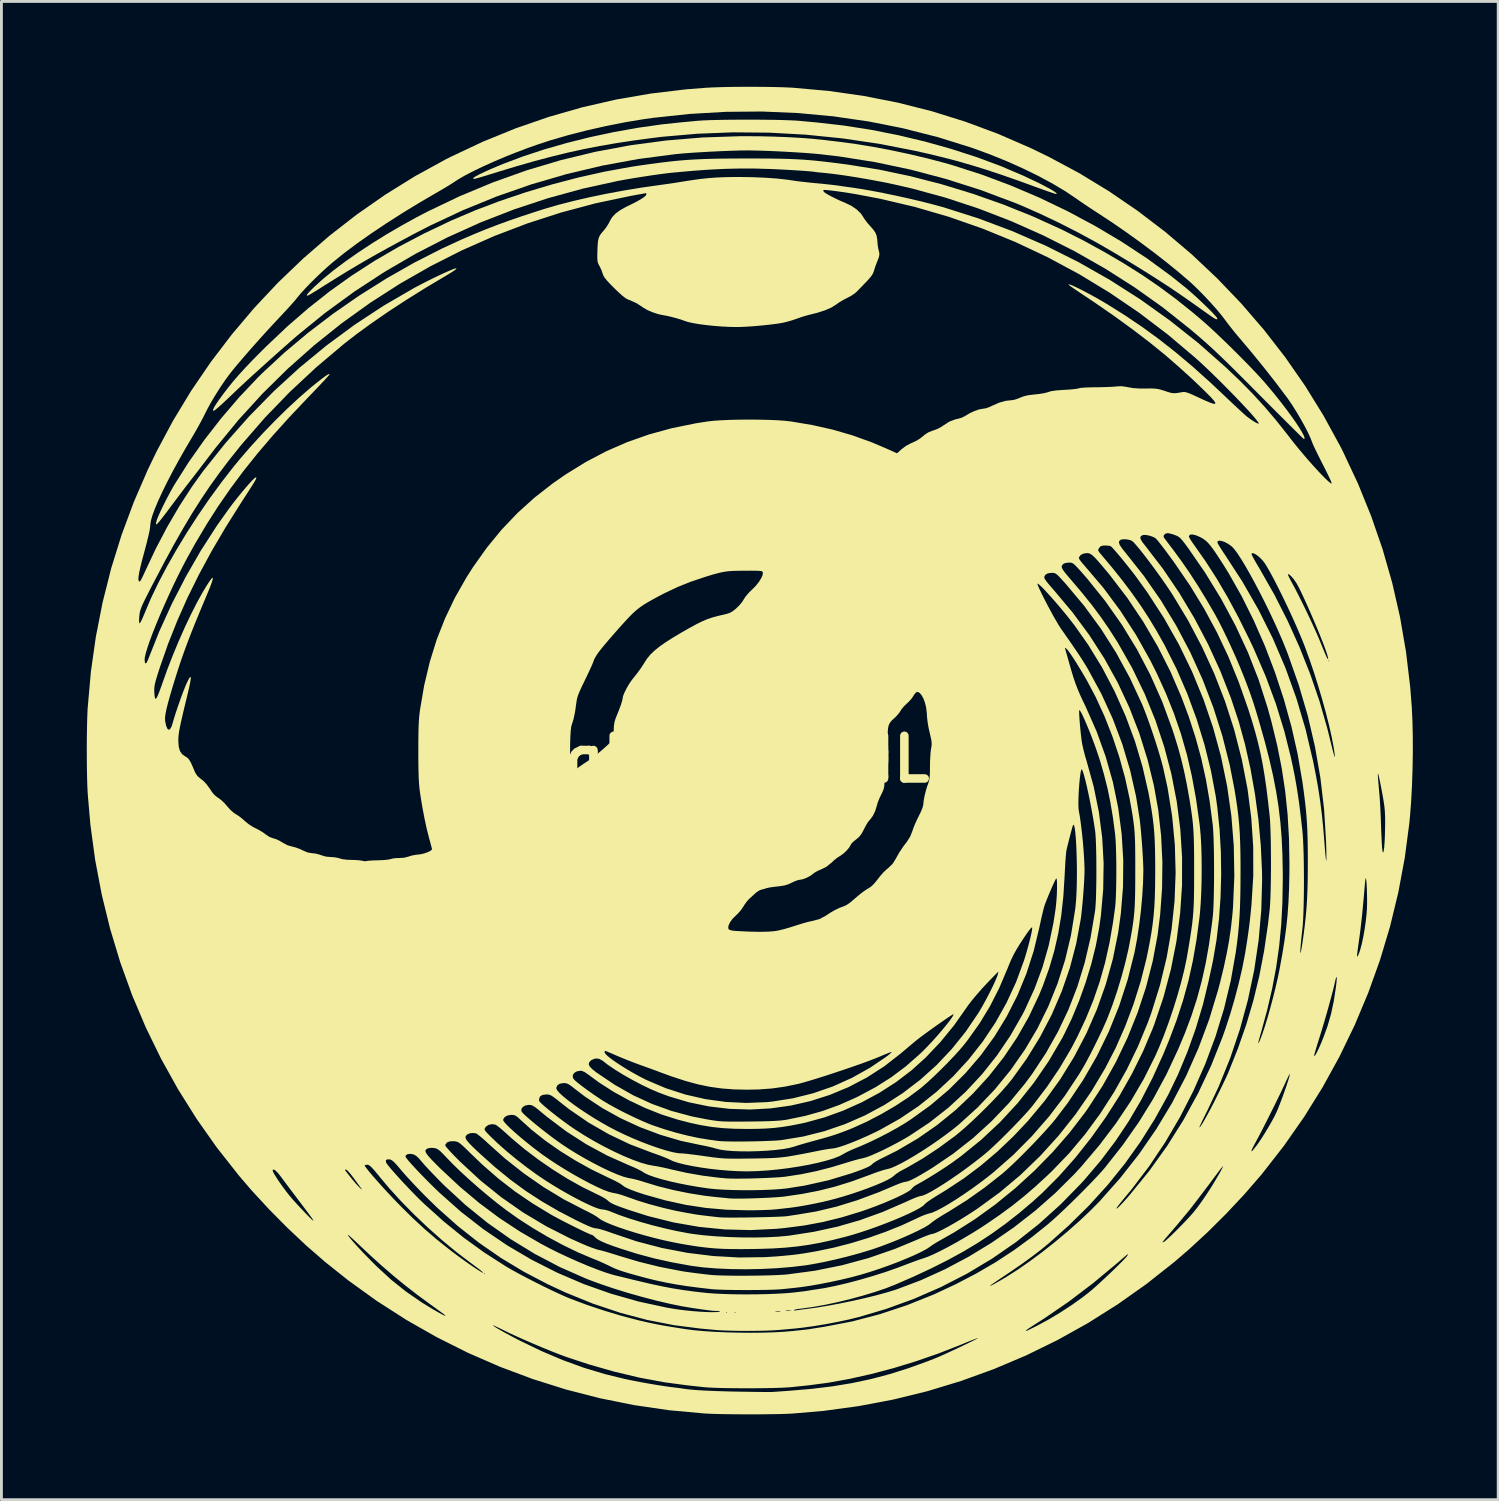
<source format=kicad_pcb>
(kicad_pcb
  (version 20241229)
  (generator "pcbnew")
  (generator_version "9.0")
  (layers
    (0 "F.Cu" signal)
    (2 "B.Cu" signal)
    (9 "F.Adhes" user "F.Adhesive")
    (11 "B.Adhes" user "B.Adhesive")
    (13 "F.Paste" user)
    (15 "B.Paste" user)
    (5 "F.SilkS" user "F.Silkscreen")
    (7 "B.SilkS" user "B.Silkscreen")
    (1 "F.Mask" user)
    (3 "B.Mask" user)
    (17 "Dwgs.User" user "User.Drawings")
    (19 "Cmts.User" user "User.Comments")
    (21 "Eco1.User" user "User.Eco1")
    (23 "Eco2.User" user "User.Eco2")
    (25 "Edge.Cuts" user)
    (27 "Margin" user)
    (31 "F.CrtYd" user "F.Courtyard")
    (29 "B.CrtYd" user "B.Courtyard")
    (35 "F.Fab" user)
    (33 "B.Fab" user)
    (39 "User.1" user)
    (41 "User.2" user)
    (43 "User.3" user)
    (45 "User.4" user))
  (footprint "FoogleShadedLogo"
    (layer "F.Cu")
    (at 23.232 23.63)
    (property "Reference" "FoogleShadedLogo" (at 0 0 0) (layer "F.SilkS") (effects (font (size 1.5 1.5) (thickness 0.3))))
    (attr board_only exclude_from_pos_files exclude_from_bom)
    (fp_poly (pts (xy 0.238 -22.475) (xy 0.581 -22.472) (xy 0.906 -22.468) (xy 1.204 -22.462) (xy 1.465 -22.453) (xy 1.677 -22.443) (xy 1.8 -22.434) (xy 1.983 -22.417) (xy 2.159 -22.401) (xy 2.307 -22.387) (xy 2.41 -22.378) (xy 2.417 -22.377) (xy 3.364 -22.269) (xy 4.32 -22.12) (xy 5.276 -21.931) (xy 6.221 -21.706) (xy 7.146 -21.447) (xy 8.043 -21.157) (xy 8.901 -20.838) (xy 9.712 -20.492) (xy 10.23 -20.245) (xy 10.46 -20.127) (xy 10.64 -20.028) (xy 10.767 -19.951) (xy 10.84 -19.897) (xy 10.856 -19.868) (xy 10.833 -19.862) (xy 10.789 -19.873) (xy 10.692 -19.905) (xy 10.55 -19.953) (xy 10.374 -20.015) (xy 10.172 -20.088) (xy 10.017 -20.145) (xy 9.417 -20.362) (xy 8.865 -20.554) (xy 8.347 -20.725) (xy 7.85 -20.878) (xy 7.362 -21.018) (xy 6.869 -21.147) (xy 6.359 -21.271) (xy 5.876 -21.38) (xy 4.603 -21.628) (xy 3.321 -21.817) (xy 2.036 -21.947) (xy 0.754 -22.018) (xy -0.52 -22.029) (xy -1.78 -21.98) (xy -3.019 -21.872) (xy -3.383 -21.827) (xy -4.027 -21.74) (xy -4.632 -21.648) (xy -5.21 -21.548) (xy -5.773 -21.438) (xy -6.333 -21.315) (xy -6.901 -21.176) (xy -7.489 -21.02) (xy -8.11 -20.843) (xy -8.775 -20.642) (xy -9.076 -20.548) (xy -9.25 -20.495) (xy -9.403 -20.449) (xy -9.525 -20.415) (xy -9.601 -20.396) (xy -9.619 -20.393) (xy -9.657 -20.405) (xy -9.635 -20.437) (xy -9.554 -20.49) (xy -9.419 -20.561) (xy -9.232 -20.65) (xy -8.994 -20.755) (xy -8.709 -20.875) (xy -8.6 -20.92) (xy -7.9 -21.184) (xy -7.148 -21.431) (xy -6.355 -21.658) (xy -5.533 -21.863) (xy -4.695 -22.041) (xy -3.853 -22.191) (xy -3.019 -22.309) (xy -2.383 -22.377) (xy -2.271 -22.388) (xy -2.113 -22.402) (xy -1.931 -22.419) (xy -1.75 -22.436) (xy -1.582 -22.447) (xy -1.359 -22.457) (xy -1.089 -22.464) (xy -0.784 -22.47) (xy -0.454 -22.473) (xy -0.11 -22.475)) (stroke (width 0) (type solid)) (fill yes) (layer "F.SilkS"))
    (fp_poly (pts (xy 0.455 -21.89) (xy 0.932 -21.878) (xy 1.4 -21.86) (xy 1.845 -21.835) (xy 2.254 -21.804) (xy 2.611 -21.768) (xy 2.653 -21.764) (xy 2.838 -21.741) (xy 3.046 -21.717) (xy 3.235 -21.694) (xy 3.25 -21.693) (xy 3.813 -21.616) (xy 4.418 -21.517) (xy 5.049 -21.397) (xy 5.687 -21.261) (xy 6.314 -21.112) (xy 6.912 -20.955) (xy 7.183 -20.877) (xy 8.205 -20.549) (xy 9.224 -20.168) (xy 10.234 -19.738) (xy 11.226 -19.262) (xy 12.192 -18.746) (xy 13.124 -18.193) (xy 14.015 -17.608) (xy 14.855 -16.994) (xy 15.4 -16.558) (xy 15.542 -16.436) (xy 15.698 -16.298) (xy 15.858 -16.15) (xy 16.016 -16.001) (xy 16.164 -15.857) (xy 16.294 -15.727) (xy 16.398 -15.617) (xy 16.469 -15.536) (xy 16.5 -15.491) (xy 16.5 -15.488) (xy 16.488 -15.458) (xy 16.447 -15.465) (xy 16.367 -15.509) (xy 16.316 -15.543) (xy 16.243 -15.593) (xy 16.129 -15.673) (xy 15.986 -15.774) (xy 15.827 -15.887) (xy 15.733 -15.954) (xy 15.396 -16.192) (xy 15.062 -16.422) (xy 14.722 -16.649) (xy 14.366 -16.88) (xy 13.985 -17.121) (xy 13.569 -17.379) (xy 13.107 -17.659) (xy 12.904 -17.782) (xy 12.269 -18.15) (xy 11.607 -18.509) (xy 10.935 -18.851) (xy 10.271 -19.167) (xy 9.631 -19.45) (xy 9.383 -19.552) (xy 8.18 -20.003) (xy 6.957 -20.392) (xy 5.719 -20.719) (xy 4.471 -20.983) (xy 3.218 -21.181) (xy 2.517 -21.263) (xy 2.271 -21.286) (xy 1.976 -21.308) (xy 1.647 -21.329) (xy 1.3 -21.349) (xy 0.951 -21.366) (xy 0.616 -21.38) (xy 0.31 -21.389) (xy 0.051 -21.394) (xy -0.017 -21.394) (xy -0.274 -21.391) (xy -0.581 -21.382) (xy -0.92 -21.369) (xy -1.275 -21.352) (xy -1.631 -21.332) (xy -1.969 -21.311) (xy -2.275 -21.288) (xy -2.532 -21.264) (xy -2.55 -21.262) (xy -3.836 -21.094) (xy -5.108 -20.861) (xy -6.363 -20.564) (xy -7.599 -20.204) (xy -8.815 -19.781) (xy -10.007 -19.295) (xy -11.175 -18.748) (xy -11.74 -18.457) (xy -12.218 -18.201) (xy -12.648 -17.967) (xy -13.04 -17.75) (xy -13.406 -17.542) (xy -13.757 -17.337) (xy -14.105 -17.129) (xy -14.46 -16.91) (xy -14.835 -16.676) (xy -14.964 -16.594) (xy -15.123 -16.493) (xy -15.264 -16.407) (xy -15.376 -16.34) (xy -15.448 -16.299) (xy -15.472 -16.288) (xy -15.497 -16.298) (xy -15.487 -16.332) (xy -15.437 -16.395) (xy -15.345 -16.492) (xy -15.242 -16.594) (xy -14.933 -16.874) (xy -14.57 -17.171) (xy -14.159 -17.481) (xy -13.708 -17.797) (xy -13.224 -18.117) (xy -12.716 -18.433) (xy -12.19 -18.741) (xy -11.655 -19.037) (xy -11.267 -19.24) (xy -10.117 -19.789) (xy -8.953 -20.273) (xy -7.773 -20.694) (xy -6.576 -21.051) (xy -5.361 -21.345) (xy -4.126 -21.575) (xy -2.87 -21.743) (xy -1.591 -21.849) (xy -0.288 -21.893) (xy -0.017 -21.894)) (stroke (width 0) (type solid)) (fill yes) (layer "F.SilkS"))
    (fp_poly (pts (xy 0.391 -21.11) (xy 0.776 -21.108) (xy 1.116 -21.103) (xy 1.421 -21.095) (xy 1.703 -21.083) (xy 1.971 -21.067) (xy 2.237 -21.046) (xy 2.512 -21.019) (xy 2.806 -20.986) (xy 3.13 -20.946) (xy 3.495 -20.898) (xy 3.55 -20.89) (xy 4.622 -20.718) (xy 5.711 -20.488) (xy 6.808 -20.205) (xy 7.9 -19.872) (xy 8.979 -19.492) (xy 10.032 -19.068) (xy 11.05 -18.604) (xy 11.801 -18.224) (xy 12.538 -17.819) (xy 13.221 -17.418) (xy 13.861 -17.014) (xy 14.469 -16.597) (xy 15.057 -16.161) (xy 15.635 -15.698) (xy 15.998 -15.39) (xy 16.198 -15.213) (xy 16.429 -14.999) (xy 16.683 -14.757) (xy 16.949 -14.499) (xy 17.218 -14.233) (xy 17.479 -13.969) (xy 17.722 -13.718) (xy 17.938 -13.489) (xy 18.117 -13.292) (xy 18.153 -13.251) (xy 18.362 -13.005) (xy 18.566 -12.756) (xy 18.76 -12.51) (xy 18.942 -12.272) (xy 19.107 -12.047) (xy 19.253 -11.839) (xy 19.375 -11.655) (xy 19.47 -11.499) (xy 19.534 -11.377) (xy 19.564 -11.293) (xy 19.557 -11.253) (xy 19.542 -11.25) (xy 19.514 -11.274) (xy 19.444 -11.341) (xy 19.335 -11.447) (xy 19.192 -11.589) (xy 19.017 -11.762) (xy 18.816 -11.963) (xy 18.592 -12.187) (xy 18.35 -12.43) (xy 18.092 -12.689) (xy 18.033 -12.748) (xy 17.7 -13.084) (xy 17.407 -13.378) (xy 17.15 -13.634) (xy 16.924 -13.858) (xy 16.722 -14.054) (xy 16.54 -14.229) (xy 16.372 -14.387) (xy 16.213 -14.533) (xy 16.056 -14.673) (xy 15.898 -14.812) (xy 15.732 -14.954) (xy 15.552 -15.105) (xy 15.522 -15.131) (xy 14.577 -15.881) (xy 13.585 -16.586) (xy 12.552 -17.243) (xy 11.483 -17.851) (xy 10.383 -18.406) (xy 9.258 -18.907) (xy 8.113 -19.349) (xy 6.953 -19.732) (xy 5.783 -20.052) (xy 5.117 -20.205) (xy 4.692 -20.292) (xy 4.258 -20.373) (xy 3.83 -20.447) (xy 3.421 -20.511) (xy 3.044 -20.563) (xy 2.712 -20.601) (xy 2.6 -20.611) (xy 2.474 -20.623) (xy 2.366 -20.636) (xy 2.307 -20.646) (xy 2.254 -20.652) (xy 2.143 -20.662) (xy 1.987 -20.674) (xy 1.794 -20.687) (xy 1.575 -20.701) (xy 1.407 -20.711) (xy 0.826 -20.74) (xy 0.275 -20.756) (xy -0.261 -20.758) (xy -0.798 -20.746) (xy -1.351 -20.719) (xy -1.935 -20.677) (xy -2.566 -20.62) (xy -2.7 -20.607) (xy -2.892 -20.585) (xy -3.133 -20.553) (xy -3.407 -20.514) (xy -3.698 -20.469) (xy -3.99 -20.423) (xy -4.266 -20.376) (xy -4.509 -20.332) (xy -4.55 -20.325) (xy -5.795 -20.052) (xy -7.02 -19.716) (xy -8.224 -19.318) (xy -9.403 -18.859) (xy -10.555 -18.339) (xy -11.68 -17.76) (xy -12.774 -17.122) (xy -13.836 -16.428) (xy -14.864 -15.677) (xy -15.82 -14.9) (xy -15.983 -14.759) (xy -16.181 -14.585) (xy -16.404 -14.388) (xy -16.644 -14.174) (xy -16.89 -13.954) (xy -17.134 -13.733) (xy -17.368 -13.522) (xy -17.581 -13.327) (xy -17.765 -13.157) (xy -17.912 -13.02) (xy -17.95 -12.983) (xy -18.186 -12.758) (xy -18.377 -12.577) (xy -18.528 -12.438) (xy -18.642 -12.338) (xy -18.722 -12.273) (xy -18.77 -12.242) (xy -18.791 -12.24) (xy -18.792 -12.242) (xy -18.79 -12.288) (xy -18.759 -12.361) (xy -18.696 -12.467) (xy -18.597 -12.612) (xy -18.459 -12.802) (xy -18.447 -12.819) (xy -18.268 -13.053) (xy -18.084 -13.281) (xy -17.885 -13.511) (xy -17.664 -13.753) (xy -17.414 -14.016) (xy -17.126 -14.307) (xy -16.912 -14.519) (xy -16.183 -15.209) (xy -15.448 -15.847) (xy -14.697 -16.441) (xy -13.923 -16.994) (xy -13.117 -17.514) (xy -12.271 -18.006) (xy -11.376 -18.476) (xy -10.431 -18.926) (xy -9.604 -19.279) (xy -8.728 -19.612) (xy -7.817 -19.919) (xy -6.886 -20.198) (xy -5.951 -20.443) (xy -5.025 -20.65) (xy -4.124 -20.814) (xy -3.841 -20.858) (xy -3.441 -20.914) (xy -3.083 -20.962) (xy -2.754 -21.002) (xy -2.443 -21.034) (xy -2.14 -21.059) (xy -1.833 -21.078) (xy -1.51 -21.092) (xy -1.162 -21.102) (xy -0.775 -21.107) (xy -0.34 -21.11) (xy -0.05 -21.111)) (stroke (width 0) (type solid)) (fill yes) (layer "F.SilkS"))
    (fp_poly (pts (xy 0.551 -23.627) (xy 0.903 -23.622) (xy 1.222 -23.614) (xy 1.494 -23.602) (xy 1.584 -23.597) (xy 2.836 -23.485) (xy 4.066 -23.31) (xy 5.275 -23.072) (xy 6.465 -22.771) (xy 7.635 -22.406) (xy 8.789 -21.977) (xy 9.926 -21.483) (xy 10.567 -21.173) (xy 11.644 -20.596) (xy 12.688 -19.961) (xy 13.698 -19.271) (xy 14.671 -18.529) (xy 15.603 -17.738) (xy 16.494 -16.898) (xy 17.34 -16.014) (xy 18.139 -15.087) (xy 18.889 -14.12) (xy 19.587 -13.115) (xy 20.23 -12.075) (xy 20.817 -11.002) (xy 20.912 -10.814) (xy 21.442 -9.684) (xy 21.907 -8.538) (xy 22.308 -7.376) (xy 22.645 -6.196) (xy 22.919 -4.996) (xy 23.129 -3.777) (xy 23.277 -2.536) (xy 23.333 -1.82) (xy 23.356 -1.329) (xy 23.368 -0.79) (xy 23.369 -0.221) (xy 23.359 0.362) (xy 23.339 0.941) (xy 23.309 1.498) (xy 23.269 2.015) (xy 23.248 2.236) (xy 23.086 3.466) (xy 22.859 4.682) (xy 22.569 5.879) (xy 22.216 7.058) (xy 21.801 8.214) (xy 21.326 9.346) (xy 20.791 10.453) (xy 20.198 11.53) (xy 19.546 12.577) (xy 18.837 13.591) (xy 18.073 14.57) (xy 18.018 14.636) (xy 17.438 15.305) (xy 16.811 15.973) (xy 16.155 16.625) (xy 15.486 17.242) (xy 14.983 17.674) (xy 14.004 18.447) (xy 12.992 19.162) (xy 11.948 19.82) (xy 10.874 20.418) (xy 9.772 20.957) (xy 8.643 21.435) (xy 7.489 21.853) (xy 6.313 22.21) (xy 5.114 22.504) (xy 3.896 22.735) (xy 2.661 22.903) (xy 1.584 22.996) (xy 1.381 23.006) (xy 1.125 23.014) (xy 0.826 23.019) (xy 0.498 23.023) (xy 0.153 23.025) (xy -0.196 23.024) (xy -0.538 23.021) (xy -0.86 23.017) (xy -1.148 23.01) (xy -1.392 23.001) (xy -1.533 22.993) (xy -2.769 22.88) (xy -3.993 22.701) (xy -5.201 22.458) (xy -6.391 22.152) (xy -7.562 21.783) (xy -8.711 21.353) (xy -9.835 20.863) (xy -10.933 20.313) (xy -11.672 19.893) (xy -8.958 19.893) (xy -8.952 19.907) (xy -8.895 19.948) (xy -8.793 20.01) (xy -8.656 20.09) (xy -8.489 20.182) (xy -8.301 20.284) (xy -8.1 20.389) (xy -8 20.44) (xy -7.236 20.808) (xy -6.492 21.123) (xy -5.756 21.39) (xy -5.015 21.612) (xy -4.33 21.78) (xy -4.079 21.832) (xy -3.797 21.887) (xy -3.502 21.94) (xy -3.21 21.99) (xy -2.94 22.032) (xy -2.707 22.065) (xy -2.6 22.078) (xy -2.48 22.092) (xy -2.375 22.107) (xy -2.333 22.113) (xy -2.129 22.142) (xy -1.859 22.168) (xy -1.523 22.189) (xy -1.123 22.206) (xy -0.659 22.22) (xy -0.383 22.226) (xy -0.111 22.23) (xy 0.144 22.234) (xy 0.373 22.237) (xy 0.567 22.239) (xy 0.718 22.24) (xy 0.816 22.24) (xy 0.85 22.239) (xy 0.917 22.234) (xy 1.037 22.226) (xy 1.195 22.215) (xy 1.377 22.202) (xy 1.483 22.194) (xy 2.254 22.128) (xy 2.974 22.04) (xy 3.657 21.927) (xy 4.318 21.787) (xy 4.969 21.615) (xy 5.624 21.41) (xy 6.297 21.167) (xy 6.567 21.062) (xy 6.681 21.015) (xy 6.829 20.95) (xy 7 20.873) (xy 7.185 20.787) (xy 7.376 20.698) (xy 7.561 20.61) (xy 7.733 20.527) (xy 7.881 20.455) (xy 7.996 20.396) (xy 8.069 20.356) (xy 8.09 20.339) (xy 8.058 20.349) (xy 7.974 20.38) (xy 7.846 20.43) (xy 7.684 20.495) (xy 7.497 20.572) (xy 7.432 20.599) (xy 6.678 20.893) (xy 5.903 21.161) (xy 5.118 21.401) (xy 4.335 21.608) (xy 3.566 21.78) (xy 2.823 21.914) (xy 2.117 22.007) (xy 2.083 22.01) (xy 1.981 22.021) (xy 1.833 22.036) (xy 1.663 22.054) (xy 1.533 22.068) (xy 1.376 22.08) (xy 1.164 22.09) (xy 0.908 22.098) (xy 0.62 22.104) (xy 0.31 22.107) (xy -0.011 22.108) (xy -0.331 22.107) (xy -0.64 22.104) (xy -0.927 22.099) (xy -1.181 22.091) (xy -1.391 22.081) (xy -1.545 22.069) (xy -1.55 22.068) (xy -1.72 22.05) (xy -1.884 22.032) (xy -2.02 22.017) (xy -2.083 22.011) (xy -2.93 21.898) (xy -3.807 21.735) (xy -4.703 21.522) (xy -5.608 21.263) (xy -6.383 21.006) (xy -6.612 20.921) (xy -6.885 20.814) (xy -7.187 20.691) (xy -7.502 20.559) (xy -7.815 20.423) (xy -8.11 20.292) (xy -8.372 20.171) (xy -8.563 20.078) (xy -8.706 20.007) (xy -8.828 19.949) (xy -8.915 19.909) (xy -8.957 19.893) (xy -8.958 19.893) (xy -11.672 19.893) (xy -12.002 19.705) (xy -13.04 19.039) (xy -14.044 18.316) (xy -14.85 17.674) (xy -15.517 17.095) (xy -15.925 16.711) (xy -14.063 16.711) (xy -14.029 16.768) (xy -13.952 16.865) (xy -13.84 16.995) (xy -13.698 17.152) (xy -13.532 17.329) (xy -13.348 17.519) (xy -13.153 17.717) (xy -13.028 17.84) (xy -12.532 18.296) (xy -12.014 18.709) (xy -11.458 19.093) (xy -11.083 19.323) (xy -10.898 19.43) (xy -10.759 19.506) (xy -10.669 19.551) (xy -10.629 19.562) (xy -10.642 19.539) (xy -10.652 19.53) (xy -10.688 19.502) (xy -10.769 19.442) (xy -10.886 19.357) (xy -11.03 19.252) (xy -11.183 19.142) (xy -11.621 18.82) (xy -12.038 18.497) (xy -12.445 18.164) (xy -12.55 18.074) (xy -9.267 18.074) (xy -9.25 18.09) (xy -9.233 18.074) (xy -9.25 18.057) (xy -9.267 18.074) (xy -12.55 18.074) (xy -12.856 17.81) (xy -13.282 17.425) (xy -13.737 16.997) (xy -13.763 16.972) (xy -13.877 16.864) (xy -13.971 16.78) (xy -14.036 16.725) (xy -14.063 16.709) (xy -14.063 16.711) (xy -15.925 16.711) (xy -16.184 16.467) (xy -16.835 15.81) (xy -17.452 15.14) (xy -17.884 14.636) (xy -18.022 14.461) (xy -16.7 14.461) (xy -16.681 14.514) (xy -16.628 14.608) (xy -16.548 14.734) (xy -16.45 14.881) (xy -16.339 15.036) (xy -16.225 15.191) (xy -16.113 15.333) (xy -16.082 15.37) (xy -15.997 15.47) (xy -15.889 15.589) (xy -15.769 15.72) (xy -15.645 15.852) (xy -15.526 15.977) (xy -15.42 16.085) (xy -15.337 16.167) (xy -15.284 16.214) (xy -15.272 16.221) (xy -15.278 16.198) (xy -15.308 16.146) (xy -15.342 16.098) (xy -15.41 16.006) (xy -15.505 15.878) (xy -15.621 15.724) (xy -15.75 15.553) (xy -15.804 15.482) (xy -15.946 15.293) (xy -16.087 15.107) (xy -16.216 14.935) (xy -16.324 14.79) (xy -16.403 14.683) (xy -16.417 14.665) (xy -16.515 14.541) (xy -16.598 14.458) (xy -16.639 14.433) (xy -14.156 14.433) (xy -14.143 14.461) (xy -13.952 14.707) (xy -13.791 14.9) (xy -13.72 14.978) (xy -13.64 15.059) (xy -13.586 15.109) (xy -13.564 15.121) (xy -13.58 15.091) (xy -13.59 15.078) (xy -13.622 15.036) (xy -13.684 14.952) (xy -13.766 14.839) (xy -13.848 14.728) (xy -13.942 14.605) (xy -14.026 14.505) (xy -14.091 14.44) (xy -14.125 14.419) (xy -14.156 14.433) (xy -16.639 14.433) (xy -16.66 14.42) (xy -16.695 14.432) (xy -16.7 14.461) (xy -18.022 14.461) (xy -18.167 14.277) (xy -13.467 14.277) (xy -13.444 14.32) (xy -13.381 14.405) (xy -13.284 14.525) (xy -13.158 14.673) (xy -13.009 14.843) (xy -12.843 15.028) (xy -12.665 15.222) (xy -12.482 15.417) (xy -12.299 15.608) (xy -12.205 15.704) (xy -11.779 16.125) (xy -11.367 16.506) (xy -10.947 16.867) (xy -10.499 17.225) (xy -10.283 17.389) (xy -10.121 17.51) (xy -9.958 17.627) (xy -9.802 17.737) (xy -9.656 17.837) (xy -9.528 17.922) (xy -9.423 17.989) (xy -9.347 18.034) (xy -9.306 18.053) (xy -9.305 18.043) (xy -9.35 18) (xy -9.383 17.971) (xy -9.453 17.916) (xy -9.56 17.835) (xy -9.687 17.741) (xy -9.767 17.682) (xy -10.254 17.311) (xy -10.752 16.899) (xy -11.249 16.457) (xy -11.732 15.998) (xy -12.189 15.533) (xy -12.607 15.074) (xy -12.884 14.744) (xy -13.027 14.569) (xy -13.136 14.44) (xy -13.218 14.35) (xy -13.279 14.294) (xy -13.326 14.263) (xy -13.365 14.252) (xy -13.375 14.252) (xy -13.441 14.26) (xy -13.467 14.277) (xy -18.167 14.277) (xy -18.309 14.096) (xy -12.721 14.096) (xy -12.717 14.164) (xy -12.699 14.199) (xy -12.643 14.276) (xy -12.547 14.392) (xy -12.42 14.538) (xy -12.269 14.706) (xy -12.103 14.887) (xy -11.928 15.072) (xy -11.753 15.254) (xy -11.587 15.423) (xy -11.435 15.571) (xy -11.4 15.605) (xy -10.698 16.237) (xy -9.99 16.812) (xy -9.265 17.336) (xy -8.512 17.819) (xy -8.448 17.858) (xy -8.248 17.972) (xy -8.006 18.104) (xy -7.734 18.247) (xy -7.445 18.395) (xy -7.153 18.541) (xy -6.87 18.678) (xy -6.609 18.799) (xy -6.384 18.9) (xy -6.25 18.955) (xy -5.666 19.174) (xy -5.052 19.379) (xy -4.433 19.565) (xy -3.831 19.723) (xy -3.467 19.806) (xy -3.331 19.835) (xy -3.205 19.86) (xy -3.076 19.885) (xy -2.932 19.91) (xy -2.761 19.939) (xy -2.552 19.973) (xy -2.293 20.014) (xy -2.2 20.029) (xy -1.907 20.067) (xy -1.561 20.099) (xy -1.175 20.125) (xy -0.76 20.143) (xy -0.331 20.154) (xy 0.101 20.158) (xy 0.521 20.154) (xy 0.918 20.142) (xy 1.279 20.122) (xy 1.433 20.109) (xy 1.636 20.09) (xy 1.638 20.089) (xy 9.77 20.089) (xy 9.784 20.093) (xy 9.819 20.079) (xy 9.901 20.041) (xy 10.017 19.984) (xy 10.14 19.923) (xy 10.546 19.705) (xy 10.966 19.454) (xy 11.38 19.185) (xy 11.765 18.91) (xy 11.985 18.739) (xy 12.101 18.642) (xy 12.242 18.518) (xy 12.4 18.374) (xy 12.568 18.218) (xy 12.738 18.058) (xy 12.901 17.901) (xy 13.049 17.755) (xy 13.176 17.628) (xy 13.271 17.527) (xy 13.329 17.46) (xy 13.339 17.443) (xy 13.355 17.412) (xy 13.359 17.397) (xy 13.344 17.402) (xy 13.303 17.432) (xy 13.231 17.493) (xy 13.121 17.588) (xy 13 17.693) (xy 12.136 18.412) (xy 11.276 19.065) (xy 10.42 19.652) (xy 10.202 19.791) (xy 10.026 19.903) (xy 9.901 19.984) (xy 9.82 20.039) (xy 9.779 20.073) (xy 9.77 20.089) (xy 1.638 20.089) (xy 1.832 20.069) (xy 2.004 20.05) (xy 2.135 20.034) (xy 2.183 20.027) (xy 2.308 20.007) (xy 2.47 19.981) (xy 2.644 19.954) (xy 2.717 19.942) (xy 3.677 19.757) (xy 4.636 19.505) (xy 5.591 19.189) (xy 6.54 18.809) (xy 7.178 18.511) (xy 8.514 18.511) (xy 8.563 18.492) (xy 8.659 18.442) (xy 8.796 18.365) (xy 8.97 18.264) (xy 9.077 18.2) (xy 9.475 17.947) (xy 9.902 17.65) (xy 10.346 17.321) (xy 10.779 16.979) (xy 14.569 16.979) (xy 14.583 16.981) (xy 14.633 16.956) (xy 14.682 16.919) (xy 14.769 16.842) (xy 14.884 16.734) (xy 15.018 16.603) (xy 15.163 16.458) (xy 15.358 16.257) (xy 15.517 16.088) (xy 15.651 15.936) (xy 15.771 15.787) (xy 15.89 15.628) (xy 16.018 15.444) (xy 16.124 15.287) (xy 16.225 15.132) (xy 16.33 14.965) (xy 16.432 14.797) (xy 16.526 14.637) (xy 16.606 14.498) (xy 16.664 14.388) (xy 16.696 14.319) (xy 16.7 14.304) (xy 16.682 14.319) (xy 16.63 14.381) (xy 16.553 14.48) (xy 16.457 14.608) (xy 16.384 14.706) (xy 16.273 14.856) (xy 16.147 15.024) (xy 16.011 15.203) (xy 15.874 15.383) (xy 15.743 15.555) (xy 15.624 15.709) (xy 15.525 15.836) (xy 15.452 15.926) (xy 15.417 15.968) (xy 15.38 16.011) (xy 15.315 16.089) (xy 15.236 16.186) (xy 15.234 16.188) (xy 15.142 16.299) (xy 15.026 16.436) (xy 14.907 16.575) (xy 14.866 16.622) (xy 14.767 16.736) (xy 14.68 16.837) (xy 14.618 16.912) (xy 14.599 16.936) (xy 14.569 16.979) (xy 10.779 16.979) (xy 10.793 16.967) (xy 11.233 16.6) (xy 11.652 16.229) (xy 12.039 15.864) (xy 12.103 15.799) (xy 12.953 15.799) (xy 12.984 15.781) (xy 13.05 15.72) (xy 13.145 15.622) (xy 13.267 15.489) (xy 13.409 15.327) (xy 13.418 15.317) (xy 14.101 14.476) (xy 14.617 13.757) (xy 17.7 13.757) (xy 17.702 13.778) (xy 17.713 13.778) (xy 17.742 13.749) (xy 17.796 13.683) (xy 17.874 13.584) (xy 17.958 13.468) (xy 18.064 13.309) (xy 18.181 13.122) (xy 18.3 12.924) (xy 18.411 12.73) (xy 18.505 12.557) (xy 18.572 12.421) (xy 18.572 12.421) (xy 18.628 12.29) (xy 18.69 12.133) (xy 18.757 11.959) (xy 18.823 11.778) (xy 18.887 11.598) (xy 18.944 11.43) (xy 18.992 11.283) (xy 19.027 11.166) (xy 19.046 11.089) (xy 19.046 11.062) (xy 19.04 11.066) (xy 19.015 11.109) (xy 18.97 11.198) (xy 18.914 11.316) (xy 18.885 11.382) (xy 18.813 11.536) (xy 18.72 11.732) (xy 18.61 11.957) (xy 18.49 12.202) (xy 18.364 12.455) (xy 18.239 12.704) (xy 18.12 12.938) (xy 18.013 13.146) (xy 17.924 13.316) (xy 17.857 13.438) (xy 17.856 13.441) (xy 17.788 13.565) (xy 17.735 13.669) (xy 17.704 13.739) (xy 17.7 13.757) (xy 14.617 13.757) (xy 14.731 13.598) (xy 15.306 12.684) (xy 15.823 11.74) (xy 16.282 10.767) (xy 16.679 9.77) (xy 16.788 9.462) (xy 16.955 8.947) (xy 17.111 8.413) (xy 17.251 7.877) (xy 17.372 7.357) (xy 17.467 6.872) (xy 17.5 6.675) (xy 17.546 6.383) (xy 17.582 6.136) (xy 17.612 5.918) (xy 17.638 5.707) (xy 17.662 5.485) (xy 17.687 5.233) (xy 17.699 5.108) (xy 17.762 4.095) (xy 17.76 3.082) (xy 17.692 2.067) (xy 17.56 1.047) (xy 17.361 0.021) (xy 17.097 -1.013) (xy 17.081 -1.068) (xy 16.768 -2.038) (xy 16.393 -3.002) (xy 15.959 -3.95) (xy 15.472 -4.874) (xy 14.936 -5.763) (xy 14.859 -5.882) (xy 14.717 -6.094) (xy 14.56 -6.32) (xy 14.394 -6.552) (xy 14.225 -6.783) (xy 14.06 -7.003) (xy 13.904 -7.206) (xy 13.763 -7.383) (xy 13.644 -7.525) (xy 13.552 -7.626) (xy 13.51 -7.665) (xy 13.432 -7.701) (xy 13.32 -7.724) (xy 13.203 -7.73) (xy 13.113 -7.716) (xy 13.101 -7.711) (xy 13.052 -7.669) (xy 13.04 -7.612) (xy 13.068 -7.531) (xy 13.14 -7.421) (xy 13.257 -7.273) (xy 13.278 -7.249) (xy 13.921 -6.436) (xy 14.515 -5.581) (xy 15.058 -4.686) (xy 15.547 -3.758) (xy 15.982 -2.798) (xy 16.36 -1.813) (xy 16.679 -0.806) (xy 16.938 0.22) (xy 17.097 1.035) (xy 17.154 1.382) (xy 17.2 1.699) (xy 17.237 1.998) (xy 17.266 2.292) (xy 17.287 2.594) (xy 17.301 2.916) (xy 17.31 3.271) (xy 17.314 3.672) (xy 17.314 3.972) (xy 17.312 4.432) (xy 17.306 4.837) (xy 17.295 5.201) (xy 17.278 5.534) (xy 17.256 5.849) (xy 17.227 6.158) (xy 17.19 6.473) (xy 17.146 6.792) (xy 16.972 7.781) (xy 16.734 8.767) (xy 16.435 9.744) (xy 16.076 10.708) (xy 15.66 11.652) (xy 15.19 12.571) (xy 14.669 13.46) (xy 14.098 14.312) (xy 13.481 15.124) (xy 13.291 15.353) (xy 13.179 15.487) (xy 13.081 15.608) (xy 13.007 15.704) (xy 12.964 15.763) (xy 12.96 15.771) (xy 12.953 15.799) (xy 12.103 15.799) (xy 12.359 15.54) (xy 13.082 14.726) (xy 13.748 13.877) (xy 14.358 12.993) (xy 14.91 12.077) (xy 15.403 11.13) (xy 15.837 10.152) (xy 16.212 9.145) (xy 16.526 8.11) (xy 16.599 7.833) (xy 16.727 7.306) (xy 16.83 6.824) (xy 16.913 6.371) (xy 16.977 5.929) (xy 17.026 5.483) (xy 17.051 5.19) (xy 17.096 4.115) (xy 17.077 3.047) (xy 16.992 1.99) (xy 16.842 0.944) (xy 16.629 -0.088) (xy 16.352 -1.103) (xy 16.013 -2.099) (xy 15.612 -3.075) (xy 15.15 -4.028) (xy 14.627 -4.955) (xy 14.044 -5.855) (xy 13.633 -6.425) (xy 13.504 -6.593) (xy 13.366 -6.769) (xy 13.226 -6.943) (xy 13.091 -7.108) (xy 12.968 -7.253) (xy 12.865 -7.371) (xy 12.79 -7.452) (xy 12.753 -7.484) (xy 12.7 -7.499) (xy 12.607 -7.508) (xy 12.559 -7.509) (xy 12.455 -7.503) (xy 12.392 -7.478) (xy 12.346 -7.425) (xy 12.314 -7.369) (xy 12.315 -7.326) (xy 12.352 -7.269) (xy 12.387 -7.227) (xy 12.8 -6.735) (xy 13.169 -6.273) (xy 13.502 -5.831) (xy 13.806 -5.398) (xy 14.091 -4.961) (xy 14.363 -4.511) (xy 14.63 -4.036) (xy 14.655 -3.989) (xy 15.07 -3.163) (xy 15.443 -2.301) (xy 15.77 -1.412) (xy 16.048 -0.508) (xy 16.273 0.399) (xy 16.442 1.298) (xy 16.499 1.702) (xy 16.578 2.472) (xy 16.623 3.261) (xy 16.634 4.055) (xy 16.612 4.842) (xy 16.558 5.611) (xy 16.471 6.349) (xy 16.353 7.044) (xy 16.315 7.226) (xy 16.284 7.37) (xy 16.246 7.547) (xy 16.208 7.726) (xy 16.197 7.777) (xy 15.995 8.615) (xy 15.744 9.456) (xy 15.449 10.283) (xy 15.118 11.079) (xy 14.779 11.782) (xy 14.308 12.634) (xy 13.799 13.444) (xy 13.247 14.218) (xy 12.647 14.962) (xy 11.994 15.681) (xy 11.284 16.381) (xy 10.567 17.022) (xy 10.297 17.243) (xy 9.977 17.487) (xy 9.618 17.747) (xy 9.228 18.015) (xy 9.067 18.123) (xy 8.901 18.234) (xy 8.754 18.333) (xy 8.634 18.415) (xy 8.552 18.472) (xy 8.517 18.499) (xy 8.514 18.511) (xy 7.178 18.511) (xy 7.3 18.454) (xy 8.029 18.074) (xy 8.71 17.677) (xy 9.359 17.251) (xy 9.994 16.786) (xy 10.534 16.353) (xy 10.705 16.205) (xy 10.908 16.021) (xy 11.134 15.808) (xy 11.374 15.577) (xy 11.618 15.337) (xy 11.857 15.097) (xy 12.081 14.866) (xy 12.282 14.655) (xy 12.449 14.471) (xy 12.546 14.359) (xy 13.171 13.566) (xy 13.736 12.761) (xy 14.247 11.935) (xy 14.71 11.077) (xy 15.131 10.176) (xy 15.366 9.613) (xy 15.589 9.016) (xy 15.782 8.42) (xy 15.947 7.814) (xy 16.087 7.184) (xy 16.206 6.518) (xy 16.306 5.804) (xy 16.341 5.507) (xy 16.354 5.344) (xy 16.365 5.125) (xy 16.373 4.862) (xy 16.379 4.565) (xy 16.383 4.246) (xy 16.384 3.916) (xy 16.382 3.586) (xy 16.379 3.266) (xy 16.372 2.969) (xy 16.364 2.705) (xy 16.352 2.485) (xy 16.339 2.32) (xy 16.339 2.32) (xy 16.232 1.498) (xy 16.099 0.723) (xy 15.935 -0.022) (xy 15.736 -0.751) (xy 15.5 -1.48) (xy 15.243 -2.17) (xy 14.852 -3.077) (xy 14.4 -3.969) (xy 13.892 -4.836) (xy 13.334 -5.669) (xy 12.73 -6.459) (xy 12.607 -6.609) (xy 12.441 -6.806) (xy 12.31 -6.958) (xy 12.208 -7.07) (xy 12.128 -7.149) (xy 12.064 -7.199) (xy 12.009 -7.228) (xy 11.957 -7.24) (xy 11.906 -7.243) (xy 11.787 -7.223) (xy 11.692 -7.171) (xy 11.639 -7.097) (xy 11.633 -7.063) (xy 11.655 -7.02) (xy 11.712 -6.941) (xy 11.794 -6.842) (xy 11.842 -6.788) (xy 12.493 -6.023) (xy 13.094 -5.213) (xy 13.646 -4.36) (xy 14.147 -3.464) (xy 14.369 -3.021) (xy 14.694 -2.306) (xy 14.977 -1.599) (xy 15.221 -0.888) (xy 15.429 -0.162) (xy 15.603 0.591) (xy 15.748 1.381) (xy 15.867 2.221) (xy 15.887 2.386) (xy 15.914 2.688) (xy 15.934 3.04) (xy 15.945 3.429) (xy 15.949 3.84) (xy 15.946 4.257) (xy 15.934 4.667) (xy 15.915 5.053) (xy 15.889 5.401) (xy 15.872 5.557) (xy 15.768 6.342) (xy 15.64 7.079) (xy 15.484 7.786) (xy 15.294 8.478) (xy 15.068 9.171) (xy 14.8 9.884) (xy 14.602 10.364) (xy 14.222 11.201) (xy 13.819 11.984) (xy 13.387 12.721) (xy 12.919 13.422) (xy 12.41 14.096) (xy 11.854 14.752) (xy 11.718 14.903) (xy 10.993 15.645) (xy 10.228 16.335) (xy 9.424 16.971) (xy 8.582 17.553) (xy 7.704 18.079) (xy 6.789 18.55) (xy 5.841 18.964) (xy 4.86 19.321) (xy 3.9 19.605) (xy 3.551 19.691) (xy 3.161 19.774) (xy 2.752 19.852) (xy 2.344 19.92) (xy 1.96 19.974) (xy 1.649 20.009) (xy 1.529 20.019) (xy 1.368 20.034) (xy 1.191 20.05) (xy 1.083 20.06) (xy 0.884 20.073) (xy 0.634 20.083) (xy 0.35 20.089) (xy 0.046 20.092) (xy -0.261 20.091) (xy -0.556 20.086) (xy -0.822 20.078) (xy -1.043 20.066) (xy -1.117 20.06) (xy -1.287 20.045) (xy -1.451 20.03) (xy -1.587 20.017) (xy -1.65 20.012) (xy -2.596 19.891) (xy -3.544 19.705) (xy -4.493 19.453) (xy -4.524 19.442) (xy -0.767 19.442) (xy -0.75 19.459) (xy -0.733 19.442) (xy -0.467 19.442) (xy -0.45 19.459) (xy -0.433 19.442) (xy -0.45 19.425) (xy -0.467 19.442) (xy -0.733 19.442) (xy -0.75 19.425) (xy -0.767 19.442) (xy -4.524 19.442) (xy -5.442 19.135) (xy -6.388 18.751) (xy -7.017 18.46) (xy -7.868 18.015) (xy -8.677 17.528) (xy -9.449 16.994) (xy -10.193 16.407) (xy -10.916 15.763) (xy -11.317 15.372) (xy -11.501 15.184) (xy -11.687 14.991) (xy -11.863 14.802) (xy -12.02 14.631) (xy -12.145 14.488) (xy -12.195 14.429) (xy -12.326 14.274) (xy -12.426 14.167) (xy -12.503 14.101) (xy -12.563 14.07) (xy -12.573 14.067) (xy -12.671 14.062) (xy -12.721 14.096) (xy -18.309 14.096) (xy -18.414 13.963) (xy -12.033 13.963) (xy -12.01 14.006) (xy -11.946 14.089) (xy -11.845 14.205) (xy -11.715 14.348) (xy -11.562 14.512) (xy -11.391 14.688) (xy -11.209 14.873) (xy -11.022 15.057) (xy -10.84 15.233) (xy -10.088 15.901) (xy -9.295 16.518) (xy -8.464 17.082) (xy -7.597 17.592) (xy -6.699 18.047) (xy -5.772 18.444) (xy -4.821 18.781) (xy -3.848 19.058) (xy -2.856 19.273) (xy -2.667 19.306) (xy -2.438 19.341) (xy -2.196 19.371) (xy -1.951 19.396) (xy -1.713 19.415) (xy -1.491 19.428) (xy -1.296 19.434) (xy -1.137 19.432) (xy -1.024 19.422) (xy -0.985 19.409) (xy 0.952 19.409) (xy 0.988 19.414) (xy 1.05 19.416) (xy 1.129 19.414) (xy 1.158 19.408) (xy 1.142 19.402) (xy 1.051 19.396) (xy 0.975 19.402) (xy 0.952 19.409) (xy -0.985 19.409) (xy -0.969 19.404) (xy -0.99 19.396) (xy -1.057 19.391) (xy -1.086 19.391) (xy -1.144 19.39) (xy -1.204 19.387) (xy -1.275 19.38) (xy -1.312 19.376) (xy 1.319 19.376) (xy 1.355 19.381) (xy 1.417 19.383) (xy 1.496 19.38) (xy 1.525 19.374) (xy 1.509 19.369) (xy 1.417 19.363) (xy 1.342 19.368) (xy 1.319 19.376) (xy -1.312 19.376) (xy -1.367 19.369) (xy -1.442 19.36) (xy 1.616 19.36) (xy 1.628 19.376) (xy 1.658 19.374) (xy 1.716 19.366) (xy 1.821 19.352) (xy 1.957 19.334) (xy 2.033 19.325) (xy 2.408 19.274) (xy 2.816 19.207) (xy 3.245 19.127) (xy 3.68 19.037) (xy 4.106 18.941) (xy 4.511 18.842) (xy 4.879 18.741) (xy 5.196 18.644) (xy 5.235 18.631) (xy 6.083 18.31) (xy 6.925 17.928) (xy 7.754 17.488) (xy 8.564 16.995) (xy 9.347 16.455) (xy 10.096 15.871) (xy 10.804 15.248) (xy 11.465 14.591) (xy 11.714 14.321) (xy 12.353 13.567) (xy 12.935 12.799) (xy 13.456 12.021) (xy 13.916 11.234) (xy 14.312 10.443) (xy 14.458 10.113) (xy 14.626 9.694) (xy 14.791 9.245) (xy 14.949 8.779) (xy 15.095 8.311) (xy 15.224 7.854) (xy 15.332 7.424) (xy 15.415 7.035) (xy 15.435 6.926) (xy 15.494 6.578) (xy 15.543 6.28) (xy 15.583 6.019) (xy 15.615 5.784) (xy 15.639 5.563) (xy 15.656 5.345) (xy 15.669 5.117) (xy 15.677 4.868) (xy 15.681 4.586) (xy 15.683 4.26) (xy 15.683 3.922) (xy 15.683 3.546) (xy 15.681 3.226) (xy 15.676 2.952) (xy 15.669 2.714) (xy 15.658 2.501) (xy 15.643 2.302) (xy 15.623 2.109) (xy 15.597 1.909) (xy 15.565 1.693) (xy 15.526 1.45) (xy 15.512 1.368) (xy 15.423 0.867) (xy 15.328 0.41) (xy 15.224 -0.024) (xy 15.105 -0.456) (xy 14.964 -0.909) (xy 14.915 -1.059) (xy 14.561 -2.024) (xy 14.147 -2.956) (xy 13.676 -3.857) (xy 13.146 -4.724) (xy 12.558 -5.559) (xy 11.913 -6.36) (xy 11.673 -6.634) (xy 11.563 -6.754) (xy 11.484 -6.833) (xy 11.425 -6.88) (xy 11.373 -6.902) (xy 11.315 -6.909) (xy 11.286 -6.909) (xy 11.185 -6.899) (xy 11.107 -6.876) (xy 11.094 -6.867) (xy 11.05 -6.825) (xy 11.029 -6.781) (xy 11.035 -6.727) (xy 11.073 -6.654) (xy 11.145 -6.555) (xy 11.256 -6.421) (xy 11.36 -6.3) (xy 11.746 -5.845) (xy 12.091 -5.416) (xy 12.403 -4.998) (xy 12.693 -4.577) (xy 12.973 -4.139) (xy 13.007 -4.084) (xy 13.507 -3.202) (xy 13.945 -2.297) (xy 14.321 -1.372) (xy 14.634 -0.431) (xy 14.885 0.525) (xy 15.073 1.493) (xy 15.198 2.469) (xy 15.26 3.451) (xy 15.258 4.437) (xy 15.191 5.423) (xy 15.061 6.407) (xy 14.867 7.386) (xy 14.608 8.357) (xy 14.284 9.317) (xy 14.222 9.479) (xy 13.89 10.264) (xy 13.502 11.048) (xy 13.064 11.822) (xy 12.582 12.579) (xy 12.062 13.309) (xy 11.511 14.004) (xy 10.933 14.656) (xy 10.335 15.255) (xy 9.983 15.573) (xy 9.515 15.968) (xy 9.048 16.333) (xy 8.576 16.673) (xy 8.089 16.994) (xy 7.579 17.3) (xy 7.037 17.597) (xy 6.455 17.89) (xy 5.823 18.185) (xy 5.183 18.464) (xy 4.851 18.594) (xy 4.468 18.724) (xy 4.048 18.851) (xy 3.606 18.971) (xy 3.158 19.08) (xy 2.719 19.174) (xy 2.303 19.249) (xy 1.926 19.302) (xy 1.858 19.31) (xy 1.742 19.325) (xy 1.655 19.343) (xy 1.616 19.36) (xy 1.616 19.36) (xy -1.442 19.36) (xy -1.492 19.353) (xy -1.659 19.33) (xy -1.879 19.298) (xy -1.95 19.288) (xy -2.337 19.223) (xy -2.771 19.133) (xy -3.237 19.023) (xy -3.722 18.896) (xy -4.212 18.757) (xy -4.693 18.609) (xy -5.15 18.455) (xy -5.571 18.3) (xy -5.7 18.249) (xy -6.608 17.848) (xy -7.488 17.386) (xy -8.337 16.867) (xy -9.152 16.292) (xy -9.928 15.664) (xy -10.664 14.985) (xy -10.744 14.906) (xy -10.913 14.735) (xy -11.077 14.565) (xy -11.227 14.407) (xy -11.353 14.27) (xy -11.444 14.166) (xy -11.464 14.142) (xy -11.571 14.018) (xy -11.657 13.94) (xy -11.737 13.895) (xy -11.773 13.883) (xy -11.887 13.869) (xy -11.977 13.888) (xy -12.028 13.936) (xy -12.033 13.963) (xy -18.414 13.963) (xy -18.585 13.746) (xy -11.33 13.746) (xy -11.328 13.795) (xy -11.294 13.862) (xy -11.225 13.952) (xy -11.117 14.072) (xy -10.966 14.226) (xy -10.801 14.39) (xy -10.124 15.023) (xy -9.44 15.597) (xy -8.736 16.122) (xy -8.002 16.605) (xy -7.276 17.027) (xy -6.976 17.186) (xy -6.65 17.348) (xy -6.311 17.507) (xy -5.968 17.66) (xy -5.634 17.801) (xy -5.317 17.926) (xy -5.031 18.03) (xy -4.785 18.108) (xy -4.659 18.142) (xy -4.554 18.167) (xy -4.401 18.204) (xy -4.216 18.249) (xy -4.017 18.298) (xy -3.9 18.326) (xy -3.444 18.434) (xy -3.032 18.523) (xy -2.645 18.597) (xy -2.263 18.658) (xy -1.866 18.711) (xy -1.45 18.758) (xy -1.176 18.779) (xy -0.85 18.795) (xy -0.487 18.805) (xy -0.103 18.809) (xy 0.288 18.807) (xy 0.671 18.799) (xy 1.032 18.785) (xy 1.354 18.766) (xy 1.6 18.744) (xy 1.776 18.723) (xy 1.93 18.705) (xy 2.05 18.689) (xy 2.121 18.678) (xy 2.133 18.676) (xy 2.195 18.664) (xy 2.293 18.649) (xy 2.345 18.642) (xy 2.682 18.59) (xy 3.067 18.513) (xy 3.485 18.415) (xy 3.924 18.299) (xy 4.37 18.17) (xy 4.81 18.031) (xy 5.23 17.885) (xy 5.482 17.79) (xy 5.669 17.718) (xy 5.85 17.651) (xy 6.009 17.594) (xy 6.13 17.553) (xy 6.17 17.541) (xy 6.325 17.486) (xy 6.527 17.399) (xy 6.765 17.283) (xy 7.032 17.145) (xy 7.317 16.989) (xy 7.612 16.819) (xy 7.908 16.642) (xy 8.196 16.461) (xy 8.383 16.338) (xy 8.859 16.011) (xy 9.293 15.691) (xy 9.703 15.364) (xy 10.108 15.016) (xy 10.525 14.632) (xy 10.695 14.469) (xy 11.289 13.852) (xy 11.852 13.181) (xy 12.38 12.462) (xy 12.869 11.702) (xy 13.315 10.909) (xy 13.713 10.088) (xy 14.06 9.247) (xy 14.181 8.912) (xy 14.484 7.941) (xy 14.72 6.962) (xy 14.891 5.977) (xy 14.995 4.987) (xy 15.033 3.993) (xy 15.005 2.997) (xy 14.91 1.999) (xy 14.749 1.002) (xy 14.595 0.3) (xy 14.527 0.042) (xy 14.438 -0.262) (xy 14.335 -0.593) (xy 14.222 -0.934) (xy 14.106 -1.269) (xy 13.993 -1.581) (xy 13.887 -1.852) (xy 13.852 -1.936) (xy 13.426 -2.855) (xy 12.945 -3.737) (xy 12.41 -4.581) (xy 11.818 -5.39) (xy 11.168 -6.165) (xy 11.027 -6.321) (xy 10.926 -6.429) (xy 10.854 -6.496) (xy 10.797 -6.532) (xy 10.74 -6.546) (xy 10.672 -6.548) (xy 10.54 -6.531) (xy 10.457 -6.481) (xy 10.416 -6.406) (xy 10.42 -6.367) (xy 10.454 -6.304) (xy 10.522 -6.212) (xy 10.63 -6.083) (xy 10.753 -5.942) (xy 11.408 -5.162) (xy 12 -4.361) (xy 12.53 -3.537) (xy 12.999 -2.689) (xy 13.407 -1.814) (xy 13.757 -0.911) (xy 14.048 0.022) (xy 14.268 0.918) (xy 14.423 1.789) (xy 14.523 2.689) (xy 14.568 3.609) (xy 14.557 4.538) (xy 14.489 5.469) (xy 14.399 6.186) (xy 14.228 7.098) (xy 13.994 8.007) (xy 13.698 8.905) (xy 13.343 9.787) (xy 12.932 10.647) (xy 12.468 11.477) (xy 11.952 12.272) (xy 11.843 12.426) (xy 11.306 13.126) (xy 10.716 13.804) (xy 10.08 14.454) (xy 9.407 15.07) (xy 8.705 15.643) (xy 7.98 16.167) (xy 7.242 16.635) (xy 6.827 16.87) (xy 6.686 16.95) (xy 6.551 17.031) (xy 6.445 17.101) (xy 6.413 17.126) (xy 6.286 17.211) (xy 6.103 17.31) (xy 5.874 17.42) (xy 5.607 17.536) (xy 5.312 17.657) (xy 4.995 17.778) (xy 4.668 17.895) (xy 4.337 18.005) (xy 4.013 18.104) (xy 3.933 18.127) (xy 3.618 18.211) (xy 3.269 18.294) (xy 2.903 18.373) (xy 2.537 18.445) (xy 2.189 18.506) (xy 1.876 18.552) (xy 1.7 18.573) (xy 1.579 18.586) (xy 1.421 18.603) (xy 1.256 18.62) (xy 1.217 18.625) (xy 1.079 18.635) (xy 0.887 18.644) (xy 0.652 18.65) (xy 0.388 18.654) (xy 0.105 18.656) (xy -0.183 18.656) (xy -0.465 18.654) (xy -0.728 18.65) (xy -0.961 18.643) (xy -1.151 18.635) (xy -1.283 18.624) (xy -1.75 18.57) (xy -2.164 18.515) (xy -2.541 18.456) (xy -2.894 18.39) (xy -3.239 18.316) (xy -3.589 18.23) (xy -3.923 18.139) (xy -4.153 18.075) (xy -4.332 18.021) (xy -4.476 17.975) (xy -4.598 17.93) (xy -4.713 17.882) (xy -4.835 17.824) (xy -4.933 17.776) (xy -5.062 17.716) (xy -5.226 17.643) (xy -5.4 17.571) (xy -5.483 17.538) (xy -5.98 17.327) (xy -6.502 17.073) (xy -7.035 16.786) (xy -7.563 16.474) (xy -8.069 16.147) (xy -8.5 15.841) (xy -8.811 15.602) (xy -9.138 15.337) (xy -9.47 15.057) (xy -9.794 14.771) (xy -10.098 14.492) (xy -10.369 14.229) (xy -10.571 14.021) (xy -10.7 13.884) (xy -10.795 13.79) (xy -10.868 13.728) (xy -10.928 13.692) (xy -10.987 13.672) (xy -11.027 13.665) (xy -11.146 13.659) (xy -11.243 13.676) (xy -11.253 13.68) (xy -11.303 13.71) (xy -11.33 13.746) (xy -18.585 13.746) (xy -18.656 13.656) (xy -18.711 13.579) (xy -10.633 13.579) (xy -10.61 13.616) (xy -10.546 13.692) (xy -10.448 13.8) (xy -10.322 13.932) (xy -10.176 14.081) (xy -10.101 14.155) (xy -9.401 14.802) (xy -8.669 15.392) (xy -7.902 15.927) (xy -7.097 16.409) (xy -6.249 16.84) (xy -5.808 17.037) (xy -5.639 17.108) (xy -5.481 17.169) (xy -5.348 17.215) (xy -5.258 17.242) (xy -5.242 17.245) (xy -5.169 17.261) (xy -5.046 17.294) (xy -4.887 17.341) (xy -4.705 17.397) (xy -4.567 17.441) (xy -3.836 17.66) (xy -3.106 17.84) (xy -2.346 17.988) (xy -2.267 18.002) (xy -2.171 18.016) (xy -2.028 18.036) (xy -1.854 18.059) (xy -1.668 18.082) (xy -1.488 18.104) (xy -1.333 18.121) (xy -1.175 18.134) (xy -0.963 18.143) (xy -0.707 18.149) (xy -0.422 18.153) (xy -0.117 18.153) (xy 0.193 18.151) (xy 0.499 18.146) (xy 0.787 18.139) (xy 1.045 18.129) (xy 1.262 18.117) (xy 1.383 18.107) (xy 2.358 17.977) (xy 3.309 17.785) (xy 4.243 17.531) (xy 5.163 17.213) (xy 5.954 16.884) (xy 6.116 16.814) (xy 6.261 16.755) (xy 6.377 16.712) (xy 6.45 16.69) (xy 6.463 16.689) (xy 6.541 16.67) (xy 6.667 16.619) (xy 6.832 16.539) (xy 7.029 16.434) (xy 7.25 16.308) (xy 7.488 16.167) (xy 7.735 16.014) (xy 7.982 15.853) (xy 8.083 15.785) (xy 8.851 15.225) (xy 9.582 14.611) (xy 10.271 13.946) (xy 10.918 13.234) (xy 11.519 12.476) (xy 12.071 11.677) (xy 12.557 10.864) (xy 12.925 10.15) (xy 13.259 9.391) (xy 13.556 8.603) (xy 13.807 7.804) (xy 14.008 7.008) (xy 14.049 6.812) (xy 14.12 6.451) (xy 14.178 6.123) (xy 14.223 5.816) (xy 14.258 5.516) (xy 14.284 5.208) (xy 14.301 4.881) (xy 14.311 4.519) (xy 14.315 4.11) (xy 14.316 3.922) (xy 14.314 3.522) (xy 14.309 3.175) (xy 14.299 2.869) (xy 14.283 2.591) (xy 14.26 2.326) (xy 14.228 2.063) (xy 14.187 1.787) (xy 14.136 1.487) (xy 14.08 1.185) (xy 13.872 0.272) (xy 13.603 -0.633) (xy 13.273 -1.521) (xy 12.887 -2.387) (xy 12.448 -3.224) (xy 11.958 -4.024) (xy 11.489 -4.689) (xy 11.347 -4.874) (xy 11.193 -5.068) (xy 11.03 -5.265) (xy 10.867 -5.458) (xy 10.707 -5.642) (xy 10.558 -5.808) (xy 10.426 -5.951) (xy 10.315 -6.064) (xy 10.233 -6.139) (xy 10.184 -6.171) (xy 10.177 -6.172) (xy 10.181 -6.14) (xy 10.212 -6.058) (xy 10.267 -5.938) (xy 10.34 -5.786) (xy 10.428 -5.612) (xy 10.524 -5.426) (xy 10.625 -5.237) (xy 10.725 -5.053) (xy 10.821 -4.884) (xy 10.907 -4.738) (xy 10.978 -4.626) (xy 10.994 -4.601) (xy 11.197 -4.311) (xy 11.367 -4.067) (xy 11.508 -3.86) (xy 11.627 -3.684) (xy 11.728 -3.529) (xy 11.818 -3.387) (xy 11.901 -3.251) (xy 11.965 -3.142) (xy 12.424 -2.295) (xy 12.822 -1.423) (xy 13.159 -0.53) (xy 13.432 0.382) (xy 13.642 1.307) (xy 13.769 2.1) (xy 13.793 2.309) (xy 13.817 2.559) (xy 13.84 2.833) (xy 13.861 3.115) (xy 13.878 3.389) (xy 13.891 3.638) (xy 13.898 3.844) (xy 13.899 3.922) (xy 13.888 4.352) (xy 13.859 4.825) (xy 13.814 5.321) (xy 13.753 5.82) (xy 13.681 6.301) (xy 13.598 6.743) (xy 13.584 6.811) (xy 13.345 7.759) (xy 13.046 8.679) (xy 12.687 9.57) (xy 12.268 10.432) (xy 11.788 11.266) (xy 11.248 12.072) (xy 10.81 12.65) (xy 10.657 12.833) (xy 10.467 13.048) (xy 10.249 13.284) (xy 10.015 13.531) (xy 9.773 13.779) (xy 9.534 14.018) (xy 9.307 14.237) (xy 9.104 14.425) (xy 8.934 14.573) (xy 8.933 14.574) (xy 8.31 15.064) (xy 7.689 15.503) (xy 7.055 15.901) (xy 6.967 15.952) (xy 6.806 16.049) (xy 6.656 16.144) (xy 6.531 16.229) (xy 6.447 16.294) (xy 6.433 16.306) (xy 6.343 16.374) (xy 6.199 16.459) (xy 6.01 16.557) (xy 5.784 16.665) (xy 5.531 16.779) (xy 5.261 16.894) (xy 4.981 17.006) (xy 4.701 17.112) (xy 4.43 17.207) (xy 4.289 17.253) (xy 3.909 17.367) (xy 3.501 17.478) (xy 3.084 17.581) (xy 2.675 17.671) (xy 2.295 17.744) (xy 2.017 17.789) (xy 1.53 17.847) (xy 1.012 17.889) (xy 0.477 17.916) (xy -0.062 17.926) (xy -0.592 17.92) (xy -1.098 17.898) (xy -1.567 17.86) (xy -1.985 17.806) (xy -2 17.803) (xy -2.667 17.682) (xy -3.29 17.544) (xy -3.891 17.383) (xy -4.461 17.203) (xy -4.736 17.109) (xy -4.954 17.028) (xy -5.121 16.957) (xy -5.245 16.895) (xy -5.333 16.836) (xy -5.38 16.792) (xy -5.436 16.741) (xy -5.472 16.722) (xy -5.518 16.707) (xy -5.613 16.666) (xy -5.747 16.604) (xy -5.91 16.526) (xy -6.092 16.436) (xy -6.283 16.34) (xy -6.474 16.243) (xy -6.654 16.149) (xy -6.812 16.063) (xy -6.917 16.005) (xy -7.573 15.607) (xy -8.181 15.193) (xy -8.757 14.748) (xy -9.318 14.26) (xy -9.722 13.874) (xy -9.877 13.722) (xy -9.993 13.61) (xy -10.08 13.532) (xy -10.147 13.481) (xy -10.202 13.451) (xy -10.254 13.435) (xy -10.312 13.427) (xy -10.331 13.425) (xy -10.472 13.43) (xy -10.574 13.469) (xy -10.628 13.54) (xy -10.633 13.579) (xy -18.711 13.579) (xy -18.91 13.296) (xy -9.922 13.296) (xy -9.907 13.347) (xy -9.866 13.411) (xy -9.794 13.495) (xy -9.686 13.607) (xy -9.535 13.752) (xy -9.441 13.84) (xy -8.892 14.332) (xy -8.352 14.773) (xy -7.807 15.172) (xy -7.241 15.54) (xy -6.64 15.888) (xy -6.055 16.192) (xy -5.818 16.308) (xy -5.633 16.393) (xy -5.494 16.45) (xy -5.394 16.48) (xy -5.336 16.488) (xy -5.259 16.5) (xy -5.136 16.532) (xy -4.982 16.58) (xy -4.814 16.639) (xy -4.775 16.653) (xy -3.916 16.943) (xy -3.032 17.175) (xy -2.13 17.348) (xy -1.219 17.461) (xy -0.306 17.512) (xy 0.6 17.5) (xy 1 17.475) (xy 1.286 17.45) (xy 1.529 17.426) (xy 1.749 17.4) (xy 1.97 17.368) (xy 2.215 17.327) (xy 2.45 17.285) (xy 3.031 17.163) (xy 3.633 17.007) (xy 4.239 16.822) (xy 4.832 16.613) (xy 5.395 16.388) (xy 5.909 16.15) (xy 5.937 16.136) (xy 6.081 16.069) (xy 6.221 16.012) (xy 6.334 15.975) (xy 6.372 15.966) (xy 6.49 15.931) (xy 6.652 15.858) (xy 6.852 15.752) (xy 7.082 15.618) (xy 7.334 15.46) (xy 7.602 15.282) (xy 7.879 15.091) (xy 8.156 14.889) (xy 8.428 14.682) (xy 8.65 14.504) (xy 9.332 13.904) (xy 9.978 13.253) (xy 10.583 12.559) (xy 11.139 11.83) (xy 11.639 11.074) (xy 11.763 10.868) (xy 11.887 10.649) (xy 12.027 10.386) (xy 12.174 10.096) (xy 12.32 9.798) (xy 12.457 9.51) (xy 12.574 9.249) (xy 12.633 9.111) (xy 12.805 8.661) (xy 12.973 8.169) (xy 13.128 7.658) (xy 13.265 7.149) (xy 13.377 6.666) (xy 13.415 6.475) (xy 13.464 6.209) (xy 13.505 5.976) (xy 13.537 5.764) (xy 13.563 5.563) (xy 13.582 5.361) (xy 13.596 5.149) (xy 13.605 4.914) (xy 13.611 4.647) (xy 13.614 4.337) (xy 13.615 3.971) (xy 13.615 3.922) (xy 13.615 3.564) (xy 13.613 3.263) (xy 13.61 3.006) (xy 13.603 2.784) (xy 13.592 2.586) (xy 13.577 2.401) (xy 13.555 2.217) (xy 13.528 2.026) (xy 13.493 1.814) (xy 13.45 1.573) (xy 13.412 1.369) (xy 13.255 0.65) (xy 13.053 -0.08) (xy 12.81 -0.806) (xy 12.532 -1.512) (xy 12.224 -2.183) (xy 11.94 -2.72) (xy 11.813 -2.942) (xy 11.683 -3.16) (xy 11.557 -3.365) (xy 11.441 -3.548) (xy 11.34 -3.699) (xy 11.262 -3.807) (xy 11.224 -3.853) (xy 11.17 -3.903) (xy 11.143 -3.913) (xy 11.144 -3.902) (xy 11.158 -3.852) (xy 11.187 -3.751) (xy 11.227 -3.611) (xy 11.274 -3.446) (xy 11.296 -3.368) (xy 11.374 -3.094) (xy 11.444 -2.866) (xy 11.511 -2.667) (xy 11.583 -2.479) (xy 11.666 -2.283) (xy 11.767 -2.063) (xy 11.876 -1.836) (xy 12.258 -0.971) (xy 12.575 -0.09) (xy 12.828 0.804) (xy 13.015 1.711) (xy 13.137 2.628) (xy 13.193 3.554) (xy 13.184 4.487) (xy 13.108 5.424) (xy 13.012 6.108) (xy 12.826 7.025) (xy 12.576 7.921) (xy 12.266 8.794) (xy 11.895 9.641) (xy 11.466 10.46) (xy 10.979 11.248) (xy 10.437 12.001) (xy 9.84 12.717) (xy 9.335 13.252) (xy 8.766 13.793) (xy 8.192 14.28) (xy 7.598 14.726) (xy 6.967 15.143) (xy 6.726 15.29) (xy 6.566 15.388) (xy 6.424 15.48) (xy 6.311 15.559) (xy 6.239 15.616) (xy 6.22 15.637) (xy 6.155 15.699) (xy 6.033 15.779) (xy 5.862 15.871) (xy 5.65 15.974) (xy 5.405 16.084) (xy 5.133 16.199) (xy 4.843 16.314) (xy 4.542 16.427) (xy 4.237 16.536) (xy 3.936 16.635) (xy 3.647 16.724) (xy 3.417 16.788) (xy 2.957 16.903) (xy 2.534 16.996) (xy 2.131 17.069) (xy 1.733 17.125) (xy 1.323 17.166) (xy 0.885 17.194) (xy 0.404 17.21) (xy 0.17 17.214) (xy -0.22 17.218) (xy -0.559 17.216) (xy -0.86 17.209) (xy -1.137 17.194) (xy -1.405 17.17) (xy -1.679 17.138) (xy -1.972 17.095) (xy -2.299 17.04) (xy -2.317 17.037) (xy -2.631 16.977) (xy -2.96 16.906) (xy -3.296 16.824) (xy -3.629 16.735) (xy -3.953 16.642) (xy -4.26 16.546) (xy -4.541 16.451) (xy -4.788 16.359) (xy -4.994 16.272) (xy -5.15 16.192) (xy -5.25 16.123) (xy -5.25 16.122) (xy -5.318 16.072) (xy -5.432 16.004) (xy -5.576 15.926) (xy -5.735 15.847) (xy -5.75 15.84) (xy -6.468 15.469) (xy -7.178 15.039) (xy -7.871 14.558) (xy -8.535 14.034) (xy -9.108 13.522) (xy -9.244 13.396) (xy -9.369 13.287) (xy -9.472 13.205) (xy -9.542 13.156) (xy -9.566 13.146) (xy -9.643 13.14) (xy -9.675 13.136) (xy -9.762 13.145) (xy -9.85 13.183) (xy -9.909 13.236) (xy -9.917 13.252) (xy -9.922 13.296) (xy -18.91 13.296) (xy -19.107 13.017) (xy -9.252 13.017) (xy -9.229 13.061) (xy -9.174 13.126) (xy -9.08 13.223) (xy -8.81 13.484) (xy -8.495 13.763) (xy -8.149 14.049) (xy -7.788 14.33) (xy -7.426 14.594) (xy -7.133 14.792) (xy -6.874 14.956) (xy -6.606 15.118) (xy -6.338 15.272) (xy -6.077 15.414) (xy -5.831 15.542) (xy -5.607 15.65) (xy -5.415 15.735) (xy -5.261 15.793) (xy -5.152 15.819) (xy -5.132 15.821) (xy -5.025 15.835) (xy -4.898 15.87) (xy -4.844 15.89) (xy -4.531 16.015) (xy -4.166 16.141) (xy -3.766 16.265) (xy -3.343 16.383) (xy -2.915 16.49) (xy -2.495 16.584) (xy -2.099 16.658) (xy -1.917 16.687) (xy -1.54 16.733) (xy -1.122 16.768) (xy -0.677 16.793) (xy -0.221 16.807) (xy 0.232 16.81) (xy 0.667 16.801) (xy 1.068 16.78) (xy 1.42 16.748) (xy 1.457 16.743) (xy 2.321 16.609) (xy 3.146 16.429) (xy 3.947 16.198) (xy 4.738 15.912) (xy 5.531 15.568) (xy 5.552 15.558) (xy 5.715 15.484) (xy 5.861 15.422) (xy 5.979 15.377) (xy 6.055 15.355) (xy 6.069 15.353) (xy 6.157 15.333) (xy 6.29 15.275) (xy 6.462 15.184) (xy 6.666 15.064) (xy 6.895 14.92) (xy 7.143 14.756) (xy 7.404 14.576) (xy 7.67 14.385) (xy 7.935 14.187) (xy 8.192 13.987) (xy 8.333 13.872) (xy 8.483 13.743) (xy 8.666 13.574) (xy 8.872 13.377) (xy 9.09 13.161) (xy 9.311 12.937) (xy 9.524 12.716) (xy 9.718 12.509) (xy 9.883 12.326) (xy 10.004 12.182) (xy 10.512 11.515) (xy 10.96 10.851) (xy 11.357 10.179) (xy 11.575 9.763) (xy 11.879 9.116) (xy 12.141 8.474) (xy 12.364 7.824) (xy 12.553 7.156) (xy 12.709 6.455) (xy 12.837 5.712) (xy 12.906 5.207) (xy 12.922 5.039) (xy 12.934 4.818) (xy 12.942 4.556) (xy 12.947 4.265) (xy 12.949 3.96) (xy 12.948 3.652) (xy 12.943 3.355) (xy 12.935 3.082) (xy 12.924 2.845) (xy 12.909 2.658) (xy 12.905 2.62) (xy 12.829 2.046) (xy 12.741 1.52) (xy 12.639 1.025) (xy 12.518 0.542) (xy 12.376 0.054) (xy 12.327 -0.1) (xy 12.255 -0.312) (xy 12.175 -0.536) (xy 12.09 -0.762) (xy 12.004 -0.982) (xy 11.919 -1.188) (xy 11.84 -1.373) (xy 11.77 -1.527) (xy 11.712 -1.643) (xy 11.669 -1.712) (xy 11.647 -1.727) (xy 11.642 -1.687) (xy 11.644 -1.594) (xy 11.651 -1.459) (xy 11.663 -1.296) (xy 11.679 -1.116) (xy 11.697 -0.932) (xy 11.717 -0.757) (xy 11.737 -0.603) (xy 11.738 -0.601) (xy 11.763 -0.468) (xy 11.804 -0.295) (xy 11.854 -0.105) (xy 11.905 0.067) (xy 12.154 0.964) (xy 12.336 1.861) (xy 12.453 2.76) (xy 12.503 3.664) (xy 12.488 4.575) (xy 12.407 5.496) (xy 12.349 5.914) (xy 12.232 6.54) (xy 12.071 7.19) (xy 11.871 7.849) (xy 11.639 8.498) (xy 11.381 9.121) (xy 11.102 9.698) (xy 11.045 9.806) (xy 10.574 10.61) (xy 10.053 11.37) (xy 9.483 12.085) (xy 8.864 12.755) (xy 8.196 13.38) (xy 7.478 13.961) (xy 7.183 14.176) (xy 7.009 14.295) (xy 6.806 14.429) (xy 6.591 14.566) (xy 6.376 14.699) (xy 6.179 14.817) (xy 6.013 14.911) (xy 5.943 14.948) (xy 5.85 15.006) (xy 5.782 15.066) (xy 5.766 15.087) (xy 5.713 15.141) (xy 5.603 15.212) (xy 5.445 15.298) (xy 5.248 15.394) (xy 5.017 15.497) (xy 4.762 15.605) (xy 4.489 15.712) (xy 4.207 15.816) (xy 3.967 15.899) (xy 3.297 16.103) (xy 2.64 16.265) (xy 1.973 16.389) (xy 1.275 16.479) (xy 0.996 16.505) (xy 0.091 16.549) (xy -0.812 16.526) (xy -1.711 16.437) (xy -2.605 16.281) (xy -3.496 16.059) (xy -4.159 15.849) (xy -4.383 15.771) (xy -4.553 15.709) (xy -4.68 15.658) (xy -4.774 15.614) (xy -4.846 15.572) (xy -4.905 15.527) (xy -4.939 15.496) (xy -5.008 15.446) (xy -5.12 15.381) (xy -5.257 15.311) (xy -5.339 15.272) (xy -5.829 15.031) (xy -6.34 14.744) (xy -6.857 14.42) (xy -7.365 14.07) (xy -7.849 13.703) (xy -8.295 13.329) (xy -8.433 13.204) (xy -8.566 13.084) (xy -8.688 12.979) (xy -8.788 12.899) (xy -8.854 12.852) (xy -8.866 12.846) (xy -8.988 12.826) (xy -9.109 12.85) (xy -9.204 12.914) (xy -9.222 12.937) (xy -9.247 12.98) (xy -9.252 13.017) (xy -19.107 13.017) (xy -19.34 12.686) (xy -8.6 12.686) (xy -8.574 12.736) (xy -8.502 12.82) (xy -8.391 12.932) (xy -8.246 13.066) (xy -8.075 13.217) (xy -7.885 13.377) (xy -7.682 13.542) (xy -7.474 13.705) (xy -7.267 13.861) (xy -7.219 13.896) (xy -6.963 14.074) (xy -6.687 14.255) (xy -6.401 14.433) (xy -6.111 14.604) (xy -5.826 14.763) (xy -5.555 14.907) (xy -5.304 15.031) (xy -5.082 15.131) (xy -4.897 15.201) (xy -4.756 15.239) (xy -4.733 15.243) (xy -4.615 15.265) (xy -4.463 15.306) (xy -4.306 15.358) (xy -4.266 15.373) (xy -3.882 15.509) (xy -3.454 15.64) (xy -3.005 15.761) (xy -2.555 15.866) (xy -2.171 15.94) (xy -2.032 15.964) (xy -1.91 15.986) (xy -1.828 16) (xy -1.812 16.003) (xy -1.745 16.012) (xy -1.63 16.027) (xy -1.483 16.045) (xy -1.323 16.064) (xy -1.167 16.082) (xy -1.033 16.096) (xy -0.983 16.101) (xy -0.891 16.106) (xy -0.744 16.109) (xy -0.555 16.11) (xy -0.332 16.109) (xy -0.088 16.107) (xy 0.168 16.103) (xy 0.426 16.098) (xy 0.673 16.092) (xy 0.901 16.086) (xy 1.098 16.078) (xy 1.254 16.071) (xy 1.358 16.063) (xy 1.383 16.059) (xy 1.519 16.038) (xy 1.651 16.018) (xy 1.717 16.009) (xy 2.409 15.893) (xy 3.12 15.723) (xy 3.853 15.497) (xy 4.612 15.214) (xy 5.183 14.972) (xy 5.316 14.918) (xy 5.435 14.876) (xy 5.521 14.855) (xy 5.539 14.853) (xy 5.617 14.837) (xy 5.736 14.789) (xy 5.898 14.707) (xy 6.106 14.59) (xy 6.363 14.435) (xy 6.496 14.353) (xy 7.218 13.864) (xy 7.91 13.319) (xy 8.564 12.725) (xy 9.174 12.086) (xy 9.733 11.409) (xy 9.994 11.057) (xy 10.477 10.324) (xy 10.902 9.57) (xy 11.27 8.793) (xy 11.582 7.986) (xy 11.839 7.147) (xy 12.044 6.272) (xy 12.198 5.356) (xy 12.205 5.307) (xy 12.218 5.164) (xy 12.23 4.966) (xy 12.238 4.725) (xy 12.244 4.452) (xy 12.248 4.158) (xy 12.248 3.855) (xy 12.247 3.555) (xy 12.242 3.269) (xy 12.235 3.008) (xy 12.226 2.785) (xy 12.214 2.61) (xy 12.206 2.537) (xy 12.171 2.299) (xy 12.129 2.043) (xy 12.081 1.777) (xy 12.03 1.509) (xy 11.977 1.25) (xy 11.924 1.007) (xy 11.873 0.79) (xy 11.826 0.607) (xy 11.785 0.468) (xy 11.751 0.38) (xy 11.737 0.357) (xy 11.718 0.371) (xy 11.699 0.441) (xy 11.681 0.556) (xy 11.663 0.705) (xy 11.647 0.878) (xy 11.633 1.064) (xy 11.623 1.253) (xy 11.617 1.433) (xy 11.616 1.593) (xy 11.62 1.724) (xy 11.63 1.809) (xy 11.669 2.027) (xy 11.706 2.294) (xy 11.742 2.594) (xy 11.774 2.909) (xy 11.8 3.224) (xy 11.819 3.52) (xy 11.83 3.782) (xy 11.832 3.905) (xy 11.828 4.076) (xy 11.818 4.296) (xy 11.802 4.547) (xy 11.782 4.814) (xy 11.759 5.078) (xy 11.735 5.323) (xy 11.711 5.531) (xy 11.701 5.607) (xy 11.541 6.475) (xy 11.318 7.327) (xy 11.031 8.159) (xy 10.681 8.972) (xy 10.269 9.762) (xy 9.797 10.529) (xy 9.28 11.248) (xy 9.114 11.451) (xy 8.907 11.686) (xy 8.669 11.941) (xy 8.412 12.205) (xy 8.146 12.468) (xy 7.883 12.719) (xy 7.632 12.948) (xy 7.405 13.142) (xy 7.283 13.24) (xy 6.707 13.663) (xy 6.144 14.035) (xy 5.6 14.35) (xy 5.44 14.434) (xy 5.315 14.504) (xy 5.203 14.58) (xy 5.128 14.644) (xy 5.128 14.644) (xy 5.045 14.708) (xy 4.907 14.786) (xy 4.721 14.874) (xy 4.495 14.97) (xy 4.239 15.07) (xy 3.96 15.171) (xy 3.668 15.27) (xy 3.37 15.363) (xy 3.074 15.448) (xy 2.867 15.502) (xy 2.601 15.565) (xy 2.312 15.626) (xy 2.02 15.681) (xy 1.745 15.728) (xy 1.509 15.762) (xy 1.45 15.769) (xy 1.338 15.781) (xy 1.187 15.798) (xy 1.026 15.816) (xy 0.983 15.82) (xy 0.854 15.831) (xy 0.674 15.84) (xy 0.461 15.847) (xy 0.23 15.852) (xy 0 15.854) (xy -0.753 15.833) (xy -1.477 15.77) (xy -2.188 15.661) (xy -2.904 15.504) (xy -3.631 15.299) (xy -3.926 15.202) (xy -4.156 15.114) (xy -4.32 15.036) (xy -4.418 14.968) (xy -4.427 14.958) (xy -4.477 14.922) (xy -4.576 14.866) (xy -4.709 14.797) (xy -4.866 14.723) (xy -4.917 14.699) (xy -5.49 14.421) (xy -6.056 14.107) (xy -6.603 13.766) (xy -7.118 13.406) (xy -7.589 13.033) (xy -7.976 12.686) (xy -8.078 12.591) (xy -8.151 12.535) (xy -8.216 12.508) (xy -8.288 12.5) (xy -8.314 12.5) (xy -8.443 12.52) (xy -8.542 12.573) (xy -8.595 12.65) (xy -8.6 12.686) (xy -19.34 12.686) (xy -19.37 12.643) (xy -19.544 12.366) (xy -7.959 12.366) (xy -7.941 12.4) (xy -7.88 12.466) (xy -7.774 12.565) (xy -7.632 12.688) (xy -7.462 12.829) (xy -7.274 12.981) (xy -7.076 13.136) (xy -6.877 13.287) (xy -6.686 13.427) (xy -6.55 13.523) (xy -6.281 13.701) (xy -5.993 13.879) (xy -5.695 14.051) (xy -5.396 14.213) (xy -5.106 14.361) (xy -4.832 14.49) (xy -4.585 14.595) (xy -4.372 14.673) (xy -4.204 14.718) (xy -4.172 14.723) (xy -4.038 14.749) (xy -3.872 14.79) (xy -3.703 14.84) (xy -3.653 14.856) (xy -3.16 15.007) (xy -2.624 15.141) (xy -2.068 15.254) (xy -1.517 15.342) (xy -1.15 15.385) (xy -0.987 15.401) (xy -0.838 15.416) (xy -0.72 15.428) (xy -0.667 15.434) (xy -0.559 15.441) (xy -0.399 15.443) (xy -0.196 15.442) (xy 0.034 15.438) (xy 0.28 15.431) (xy 0.529 15.421) (xy 0.768 15.41) (xy 0.985 15.396) (xy 1.167 15.382) (xy 1.266 15.372) (xy 1.899 15.28) (xy 2.492 15.165) (xy 3.066 15.021) (xy 3.644 14.842) (xy 4.247 14.622) (xy 4.3 14.602) (xy 4.475 14.536) (xy 4.641 14.479) (xy 4.782 14.434) (xy 4.881 14.409) (xy 4.899 14.406) (xy 5.021 14.373) (xy 5.187 14.303) (xy 5.39 14.202) (xy 5.623 14.074) (xy 5.878 13.923) (xy 6.147 13.755) (xy 6.423 13.574) (xy 6.698 13.385) (xy 6.964 13.192) (xy 7.214 13.002) (xy 7.417 12.837) (xy 8.076 12.239) (xy 8.683 11.601) (xy 9.235 10.925) (xy 9.733 10.213) (xy 10.174 9.468) (xy 10.558 8.691) (xy 10.884 7.884) (xy 11.15 7.051) (xy 11.355 6.192) (xy 11.498 5.31) (xy 11.518 5.148) (xy 11.535 4.956) (xy 11.548 4.736) (xy 11.557 4.495) (xy 11.562 4.239) (xy 11.564 3.974) (xy 11.562 3.707) (xy 11.556 3.446) (xy 11.548 3.195) (xy 11.537 2.963) (xy 11.524 2.756) (xy 11.508 2.579) (xy 11.491 2.441) (xy 11.471 2.347) (xy 11.45 2.304) (xy 11.428 2.318) (xy 11.419 2.34) (xy 11.398 2.411) (xy 11.366 2.53) (xy 11.327 2.677) (xy 11.286 2.836) (xy 11.247 2.989) (xy 11.216 3.117) (xy 11.198 3.195) (xy 11.186 3.276) (xy 11.173 3.411) (xy 11.16 3.588) (xy 11.148 3.793) (xy 11.136 4.016) (xy 11.133 4.089) (xy 11.088 4.814) (xy 11.014 5.491) (xy 10.907 6.131) (xy 10.766 6.748) (xy 10.588 7.352) (xy 10.37 7.957) (xy 10.234 8.29) (xy 9.876 9.049) (xy 9.461 9.779) (xy 8.992 10.476) (xy 8.474 11.135) (xy 7.909 11.754) (xy 7.302 12.329) (xy 6.654 12.856) (xy 5.971 13.331) (xy 5.255 13.751) (xy 4.754 14.002) (xy 4.617 14.071) (xy 4.496 14.139) (xy 4.411 14.196) (xy 4.383 14.219) (xy 4.333 14.265) (xy 4.259 14.312) (xy 4.152 14.363) (xy 4.005 14.423) (xy 3.809 14.495) (xy 3.645 14.553) (xy 2.835 14.798) (xy 1.993 14.986) (xy 1.367 15.085) (xy 1.127 15.109) (xy 0.836 15.128) (xy 0.509 15.141) (xy 0.161 15.147) (xy -0.194 15.147) (xy -0.542 15.141) (xy -0.866 15.129) (xy -1.154 15.11) (xy -1.383 15.086) (xy -1.736 15.034) (xy -2.084 14.974) (xy -2.418 14.908) (xy -2.731 14.838) (xy -3.016 14.765) (xy -3.263 14.692) (xy -3.466 14.621) (xy -3.616 14.553) (xy -3.693 14.504) (xy -3.758 14.463) (xy -3.871 14.406) (xy -4.014 14.34) (xy -4.174 14.272) (xy -4.183 14.269) (xy -4.945 13.929) (xy -5.677 13.534) (xy -6.384 13.078) (xy -7.069 12.562) (xy -7.272 12.394) (xy -7.403 12.285) (xy -7.497 12.215) (xy -7.569 12.173) (xy -7.631 12.154) (xy -7.696 12.149) (xy -7.697 12.149) (xy -7.815 12.169) (xy -7.905 12.219) (xy -7.957 12.289) (xy -7.959 12.366) (xy -19.544 12.366) (xy -19.809 11.944) (xy -7.338 11.944) (xy -7.337 12.005) (xy -7.309 12.046) (xy -7.234 12.12) (xy -7.121 12.22) (xy -6.978 12.339) (xy -6.812 12.472) (xy -6.632 12.611) (xy -6.446 12.75) (xy -6.261 12.883) (xy -6.086 13.003) (xy -6.083 13.005) (xy -5.755 13.215) (xy -5.412 13.418) (xy -5.061 13.609) (xy -4.713 13.785) (xy -4.375 13.941) (xy -4.057 14.073) (xy -3.768 14.178) (xy -3.517 14.25) (xy -3.348 14.283) (xy -3.202 14.306) (xy -3.019 14.342) (xy -2.826 14.384) (xy -2.7 14.415) (xy -2.158 14.537) (xy -1.583 14.637) (xy -1.006 14.71) (xy -0.75 14.733) (xy -0.606 14.739) (xy -0.409 14.742) (xy -0.173 14.74) (xy 0.087 14.736) (xy 0.358 14.728) (xy 0.625 14.718) (xy 0.875 14.706) (xy 1.094 14.693) (xy 1.268 14.678) (xy 1.333 14.67) (xy 1.883 14.585) (xy 2.406 14.477) (xy 2.931 14.342) (xy 3.4 14.201) (xy 3.583 14.144) (xy 3.763 14.092) (xy 3.92 14.05) (xy 4.036 14.024) (xy 4.05 14.021) (xy 4.165 13.989) (xy 4.327 13.928) (xy 4.525 13.842) (xy 4.749 13.738) (xy 4.988 13.619) (xy 5.232 13.491) (xy 5.47 13.36) (xy 5.683 13.234) (xy 6.383 12.769) (xy 7.042 12.252) (xy 7.659 11.685) (xy 8.231 11.071) (xy 8.755 10.412) (xy 9.229 9.712) (xy 9.651 8.973) (xy 9.734 8.811) (xy 10.073 8.07) (xy 10.352 7.319) (xy 10.573 6.548) (xy 10.74 5.749) (xy 10.817 5.242) (xy 10.835 5.077) (xy 10.85 4.899) (xy 10.86 4.719) (xy 10.865 4.549) (xy 10.866 4.4) (xy 10.862 4.283) (xy 10.853 4.209) (xy 10.839 4.189) (xy 10.837 4.19) (xy 10.81 4.235) (xy 10.765 4.329) (xy 10.706 4.457) (xy 10.641 4.608) (xy 10.574 4.766) (xy 10.511 4.92) (xy 10.458 5.055) (xy 10.429 5.134) (xy 10.401 5.231) (xy 10.364 5.378) (xy 10.321 5.559) (xy 10.277 5.759) (xy 10.247 5.903) (xy 10.047 6.735) (xy 9.788 7.537) (xy 9.471 8.307) (xy 9.097 9.043) (xy 8.668 9.744) (xy 8.185 10.408) (xy 7.65 11.032) (xy 7.063 11.616) (xy 6.426 12.156) (xy 5.739 12.652) (xy 5.537 12.784) (xy 5.266 12.947) (xy 4.953 13.12) (xy 4.62 13.293) (xy 4.287 13.454) (xy 3.976 13.593) (xy 3.833 13.651) (xy 3.677 13.716) (xy 3.532 13.782) (xy 3.416 13.841) (xy 3.36 13.874) (xy 3.213 13.953) (xy 3.008 14.033) (xy 2.753 14.11) (xy 2.458 14.185) (xy 2.131 14.255) (xy 1.78 14.318) (xy 1.415 14.374) (xy 1.043 14.42) (xy 0.674 14.455) (xy 0.316 14.477) (xy -0.022 14.486) (xy -0.038 14.486) (xy -0.342 14.479) (xy -0.666 14.461) (xy -0.998 14.433) (xy -1.329 14.396) (xy -1.649 14.351) (xy -1.949 14.3) (xy -2.218 14.245) (xy -2.447 14.188) (xy -2.626 14.128) (xy -2.717 14.086) (xy -2.808 14.042) (xy -2.946 13.985) (xy -3.116 13.919) (xy -3.302 13.853) (xy -3.385 13.824) (xy -4.151 13.532) (xy -4.892 13.178) (xy -5.604 12.767) (xy -6.28 12.302) (xy -6.586 12.063) (xy -6.729 11.948) (xy -6.834 11.869) (xy -6.912 11.82) (xy -6.974 11.794) (xy -7.033 11.783) (xy -7.076 11.782) (xy -7.217 11.799) (xy -7.303 11.852) (xy -7.338 11.944) (xy -19.809 11.944) (xy -20.026 11.598) (xy -20.044 11.566) (xy -6.733 11.566) (xy -6.705 11.632) (xy -6.625 11.726) (xy -6.499 11.842) (xy -6.335 11.977) (xy -6.137 12.126) (xy -5.914 12.284) (xy -5.67 12.446) (xy -5.414 12.609) (xy -5.151 12.767) (xy -4.888 12.916) (xy -4.631 13.051) (xy -4.626 13.053) (xy -4.334 13.194) (xy -4.029 13.33) (xy -3.721 13.457) (xy -3.419 13.571) (xy -3.132 13.671) (xy -2.87 13.752) (xy -2.643 13.811) (xy -2.459 13.845) (xy -2.363 13.852) (xy -2.284 13.856) (xy -2.153 13.869) (xy -1.985 13.889) (xy -1.792 13.913) (xy -1.637 13.934) (xy -1.414 13.966) (xy -1.232 13.991) (xy -1.078 14.009) (xy -0.939 14.023) (xy -0.804 14.032) (xy -0.661 14.037) (xy -0.496 14.039) (xy -0.297 14.039) (xy -0.053 14.036) (xy 0.15 14.034) (xy 0.457 14.029) (xy 0.709 14.023) (xy 0.918 14.014) (xy 1.097 14.001) (xy 1.257 13.985) (xy 1.41 13.964) (xy 1.467 13.955) (xy 1.665 13.92) (xy 1.9 13.877) (xy 2.142 13.83) (xy 2.362 13.786) (xy 2.367 13.785) (xy 2.546 13.749) (xy 2.711 13.719) (xy 2.845 13.697) (xy 2.934 13.686) (xy 2.952 13.685) (xy 3.062 13.67) (xy 3.221 13.627) (xy 3.421 13.56) (xy 3.653 13.473) (xy 3.907 13.369) (xy 4.175 13.251) (xy 4.448 13.124) (xy 4.639 13.029) (xy 5.338 12.637) (xy 6.002 12.19) (xy 6.629 11.692) (xy 7.216 11.145) (xy 7.759 10.555) (xy 8.255 9.924) (xy 8.701 9.257) (xy 9.093 8.557) (xy 9.429 7.828) (xy 9.705 7.074) (xy 9.71 7.059) (xy 9.775 6.848) (xy 9.836 6.635) (xy 9.891 6.43) (xy 9.937 6.244) (xy 9.971 6.089) (xy 9.99 5.976) (xy 9.992 5.916) (xy 9.97 5.917) (xy 9.916 5.975) (xy 9.829 6.09) (xy 9.711 6.262) (xy 9.703 6.275) (xy 9.555 6.501) (xy 9.439 6.691) (xy 9.344 6.862) (xy 9.261 7.031) (xy 9.182 7.215) (xy 9.124 7.36) (xy 8.833 8.045) (xy 8.509 8.682) (xy 8.144 9.284) (xy 7.731 9.864) (xy 7.588 10.047) (xy 7.431 10.232) (xy 7.235 10.446) (xy 7.014 10.678) (xy 6.779 10.914) (xy 6.544 11.142) (xy 6.321 11.348) (xy 6.123 11.521) (xy 6.067 11.567) (xy 5.651 11.878) (xy 5.187 12.183) (xy 4.693 12.472) (xy 4.187 12.736) (xy 3.687 12.962) (xy 3.556 13.016) (xy 3.368 13.089) (xy 3.196 13.152) (xy 3.025 13.21) (xy 2.841 13.267) (xy 2.628 13.329) (xy 2.372 13.399) (xy 2.238 13.436) (xy 2.059 13.485) (xy 1.885 13.535) (xy 1.737 13.58) (xy 1.633 13.614) (xy 1.46 13.661) (xy 1.235 13.702) (xy 0.97 13.734) (xy 0.677 13.759) (xy 0.369 13.775) (xy 0.057 13.783) (xy -0.246 13.782) (xy -0.529 13.771) (xy -0.779 13.751) (xy -0.984 13.72) (xy -1.1 13.691) (xy -1.237 13.652) (xy -1.409 13.611) (xy -1.583 13.575) (xy -1.624 13.568) (xy -2.356 13.412) (xy -3.079 13.199) (xy -3.787 12.933) (xy -4.469 12.619) (xy -5.118 12.259) (xy -5.724 11.858) (xy -6.091 11.577) (xy -6.213 11.482) (xy -6.301 11.423) (xy -6.373 11.393) (xy -6.443 11.382) (xy -6.472 11.382) (xy -6.605 11.403) (xy -6.695 11.461) (xy -6.733 11.551) (xy -6.733 11.566) (xy -20.044 11.566) (xy -20.257 11.182) (xy -6.153 11.182) (xy -6.112 11.254) (xy -6.043 11.319) (xy -5.93 11.412) (xy -5.782 11.525) (xy -5.611 11.65) (xy -5.428 11.779) (xy -5.244 11.904) (xy -5.099 11.999) (xy -4.866 12.138) (xy -4.59 12.29) (xy -4.288 12.445) (xy -3.979 12.594) (xy -3.682 12.729) (xy -3.414 12.84) (xy -3.317 12.876) (xy -2.934 13.005) (xy -2.531 13.124) (xy -2.127 13.227) (xy -1.743 13.31) (xy -1.398 13.367) (xy -1.395 13.368) (xy -1.281 13.383) (xy -1.138 13.403) (xy -1.033 13.417) (xy -0.925 13.426) (xy -0.762 13.432) (xy -0.556 13.436) (xy -0.319 13.437) (xy -0.062 13.435) (xy 0.201 13.431) (xy 0.46 13.425) (xy 0.703 13.416) (xy 0.917 13.407) (xy 1.092 13.395) (xy 1.183 13.386) (xy 1.944 13.261) (xy 2.689 13.074) (xy 3.415 12.825) (xy 4.118 12.518) (xy 4.795 12.154) (xy 5.442 11.737) (xy 6.055 11.269) (xy 6.63 10.753) (xy 7.163 10.189) (xy 7.652 9.582) (xy 8.092 8.934) (xy 8.141 8.854) (xy 8.246 8.675) (xy 8.355 8.476) (xy 8.464 8.269) (xy 8.567 8.066) (xy 8.656 7.879) (xy 8.727 7.72) (xy 8.773 7.601) (xy 8.785 7.56) (xy 8.808 7.46) (xy 8.691 7.577) (xy 8.465 7.809) (xy 8.248 8.042) (xy 8.049 8.267) (xy 7.877 8.474) (xy 7.741 8.651) (xy 7.683 8.734) (xy 7.242 9.36) (xy 6.763 9.945) (xy 6.253 10.482) (xy 5.75 10.936) (xy 5.21 11.347) (xy 4.623 11.724) (xy 3.998 12.061) (xy 3.348 12.352) (xy 2.686 12.591) (xy 2.021 12.773) (xy 1.85 12.81) (xy 1.512 12.876) (xy 1.21 12.925) (xy 0.923 12.959) (xy 0.63 12.981) (xy 0.31 12.992) (xy -0.033 12.995) (xy -0.483 12.988) (xy -0.889 12.965) (xy -1.272 12.924) (xy -1.652 12.861) (xy -2.05 12.775) (xy -2.483 12.662) (xy -3.041 12.484) (xy -3.611 12.257) (xy -4.177 11.988) (xy -4.723 11.687) (xy -5.231 11.361) (xy -5.581 11.103) (xy -5.72 11.005) (xy -5.829 10.955) (xy -5.871 10.948) (xy -6.001 10.968) (xy -6.097 11.021) (xy -6.151 11.096) (xy -6.153 11.182) (xy -20.257 11.182) (xy -20.511 10.726) (xy -5.592 10.726) (xy -5.557 10.801) (xy -5.471 10.891) (xy -5.329 11.004) (xy -5.308 11.019) (xy -4.673 11.447) (xy -4.03 11.811) (xy -3.371 12.114) (xy -2.689 12.36) (xy -1.977 12.552) (xy -1.5 12.647) (xy -1.346 12.674) (xy -1.215 12.695) (xy -1.096 12.711) (xy -0.979 12.723) (xy -0.852 12.731) (xy -0.706 12.735) (xy -0.531 12.737) (xy -0.315 12.737) (xy -0.049 12.735) (xy 0.117 12.733) (xy 0.45 12.729) (xy 0.724 12.722) (xy 0.949 12.712) (xy 1.133 12.699) (xy 1.284 12.682) (xy 1.367 12.669) (xy 2.015 12.536) (xy 2.624 12.365) (xy 3.216 12.15) (xy 3.813 11.885) (xy 3.883 11.85) (xy 4.483 11.53) (xy 5.032 11.184) (xy 5.543 10.802) (xy 6.029 10.376) (xy 6.191 10.219) (xy 6.339 10.068) (xy 6.493 9.903) (xy 6.647 9.731) (xy 6.795 9.559) (xy 6.931 9.396) (xy 7.049 9.248) (xy 7.141 9.123) (xy 7.204 9.028) (xy 7.229 8.972) (xy 7.227 8.961) (xy 7.197 8.975) (xy 7.121 9.022) (xy 7.01 9.096) (xy 6.872 9.191) (xy 6.715 9.3) (xy 6.548 9.418) (xy 6.381 9.538) (xy 6.222 9.654) (xy 6.08 9.759) (xy 5.964 9.848) (xy 5.9 9.899) (xy 5.784 9.996) (xy 5.637 10.119) (xy 5.482 10.251) (xy 5.367 10.348) (xy 4.79 10.796) (xy 4.182 11.187) (xy 3.545 11.521) (xy 2.883 11.797) (xy 2.202 12.015) (xy 1.505 12.174) (xy 0.797 12.273) (xy 0.081 12.312) (xy -0.639 12.289) (xy -1.357 12.205) (xy -2.07 12.059) (xy -2.774 11.849) (xy -3.14 11.713) (xy -3.433 11.587) (xy -3.744 11.437) (xy -4.061 11.27) (xy -4.37 11.095) (xy -4.656 10.919) (xy -4.907 10.75) (xy -5.109 10.595) (xy -5.111 10.593) (xy -5.236 10.526) (xy -5.371 10.52) (xy -5.497 10.574) (xy -5.52 10.592) (xy -5.578 10.658) (xy -5.592 10.726) (xy -20.511 10.726) (xy -20.623 10.523) (xy -20.729 10.308) (xy -5.033 10.308) (xy -5.005 10.358) (xy -4.926 10.435) (xy -4.803 10.532) (xy -4.646 10.644) (xy -4.461 10.766) (xy -4.256 10.894) (xy -4.041 11.02) (xy -3.822 11.142) (xy -3.607 11.252) (xy -3.55 11.28) (xy -2.884 11.563) (xy -2.195 11.786) (xy -1.49 11.947) (xy -0.773 12.046) (xy -0.052 12.081) (xy 0.667 12.052) (xy 0.856 12.033) (xy 1.584 11.918) (xy 2.297 11.74) (xy 2.99 11.5) (xy 3.659 11.199) (xy 4.299 10.841) (xy 4.843 10.472) (xy 4.944 10.395) (xy 5.018 10.333) (xy 5.054 10.296) (xy 5.055 10.29) (xy 5.02 10.297) (xy 4.937 10.327) (xy 4.817 10.375) (xy 4.671 10.437) (xy 4.645 10.449) (xy 4.478 10.517) (xy 4.259 10.601) (xy 3.999 10.696) (xy 3.708 10.798) (xy 3.399 10.904) (xy 3.083 11.01) (xy 2.77 11.113) (xy 2.473 11.207) (xy 2.203 11.29) (xy 1.971 11.358) (xy 1.788 11.407) (xy 1.767 11.412) (xy 1.303 11.508) (xy 0.849 11.572) (xy 0.378 11.607) (xy -0.034 11.615) (xy -0.49 11.605) (xy -0.919 11.572) (xy -1.335 11.514) (xy -1.752 11.428) (xy -2.186 11.31) (xy -2.649 11.159) (xy -3 11.032) (xy -3.204 10.956) (xy -3.431 10.872) (xy -3.651 10.793) (xy -3.8 10.74) (xy -3.991 10.669) (xy -4.213 10.583) (xy -4.435 10.493) (xy -4.594 10.426) (xy -4.746 10.36) (xy -4.875 10.305) (xy -4.969 10.266) (xy -5.016 10.248) (xy -5.019 10.247) (xy -5.031 10.275) (xy -5.033 10.308) (xy -20.729 10.308) (xy -21.162 9.42) (xy -21.64 8.29) (xy -22.057 7.135) (xy -22.413 5.957) (xy -22.419 5.934) (xy -0.69 5.934) (xy -0.678 5.969) (xy -0.646 5.997) (xy -0.582 6.017) (xy -0.475 6.032) (xy -0.313 6.043) (xy 0.076 6.061) (xy 0.413 6.067) (xy 0.695 6.062) (xy 0.917 6.046) (xy 0.977 6.038) (xy 1.103 6.013) (xy 1.27 5.972) (xy 1.457 5.919) (xy 1.642 5.86) (xy 1.65 5.858) (xy 1.826 5.801) (xy 1.995 5.751) (xy 2.139 5.712) (xy 2.241 5.69) (xy 2.249 5.689) (xy 2.514 5.621) (xy 2.736 5.503) (xy 2.75 5.493) (xy 2.895 5.397) (xy 3.058 5.304) (xy 3.218 5.227) (xy 3.349 5.178) (xy 3.355 5.176) (xy 3.463 5.129) (xy 3.597 5.037) (xy 3.755 4.902) (xy 3.886 4.789) (xy 4.021 4.682) (xy 4.141 4.597) (xy 4.191 4.565) (xy 4.272 4.518) (xy 4.338 4.47) (xy 4.401 4.412) (xy 4.474 4.331) (xy 4.566 4.216) (xy 4.65 4.107) (xy 4.749 3.993) (xy 4.864 3.882) (xy 4.936 3.824) (xy 5.09 3.673) (xy 5.188 3.517) (xy 5.312 3.295) (xy 5.451 3.084) (xy 5.596 2.893) (xy 5.706 2.717) (xy 5.781 2.528) (xy 5.822 2.407) (xy 5.885 2.254) (xy 5.96 2.091) (xy 6.002 2.009) (xy 6.085 1.839) (xy 6.141 1.697) (xy 6.166 1.598) (xy 6.167 1.584) (xy 6.178 1.462) (xy 6.208 1.301) (xy 6.251 1.124) (xy 6.302 0.953) (xy 6.334 0.865) (xy 6.363 0.779) (xy 6.382 0.684) (xy 6.394 0.564) (xy 6.399 0.405) (xy 6.4 0.259) (xy 6.403 0.074) (xy 6.412 -0.106) (xy 6.424 -0.261) (xy 6.439 -0.369) (xy 6.439 -0.37) (xy 6.457 -0.472) (xy 6.46 -0.563) (xy 6.449 -0.665) (xy 6.42 -0.801) (xy 6.407 -0.856) (xy 6.354 -1.089) (xy 6.319 -1.287) (xy 6.297 -1.479) (xy 6.287 -1.637) (xy 6.265 -1.818) (xy 6.223 -1.99) (xy 6.165 -2.142) (xy 6.096 -2.263) (xy 6.023 -2.341) (xy 5.95 -2.365) (xy 5.943 -2.364) (xy 5.893 -2.329) (xy 5.837 -2.256) (xy 5.818 -2.223) (xy 5.754 -2.129) (xy 5.66 -2.023) (xy 5.588 -1.956) (xy 5.489 -1.861) (xy 5.404 -1.759) (xy 5.364 -1.696) (xy 5.304 -1.608) (xy 5.213 -1.505) (xy 5.133 -1.429) (xy 5.05 -1.352) (xy 4.99 -1.278) (xy 4.95 -1.194) (xy 4.926 -1.088) (xy 4.916 -0.948) (xy 4.917 -0.761) (xy 4.921 -0.601) (xy 4.93 -0.353) (xy 4.935 -0.162) (xy 4.937 -0.016) (xy 4.934 0.095) (xy 4.927 0.183) (xy 4.915 0.258) (xy 4.897 0.33) (xy 4.872 0.41) (xy 4.872 0.412) (xy 4.834 0.563) (xy 4.808 0.723) (xy 4.8 0.835) (xy 4.793 0.959) (xy 4.766 1.07) (xy 4.711 1.195) (xy 4.683 1.251) (xy 4.617 1.389) (xy 4.561 1.534) (xy 4.529 1.646) (xy 4.474 1.826) (xy 4.391 1.995) (xy 4.292 2.128) (xy 4.27 2.15) (xy 4.222 2.21) (xy 4.159 2.311) (xy 4.094 2.434) (xy 4.081 2.46) (xy 4.003 2.608) (xy 3.926 2.713) (xy 3.834 2.798) (xy 3.8 2.824) (xy 3.708 2.898) (xy 3.64 2.969) (xy 3.615 3.01) (xy 3.567 3.097) (xy 3.48 3.202) (xy 3.374 3.304) (xy 3.266 3.385) (xy 3.23 3.406) (xy 3.139 3.465) (xy 3.03 3.552) (xy 2.944 3.633) (xy 2.76 3.783) (xy 2.583 3.869) (xy 2.462 3.922) (xy 2.355 3.981) (xy 2.3 4.022) (xy 2.196 4.099) (xy 2.064 4.169) (xy 1.93 4.22) (xy 1.825 4.238) (xy 1.749 4.254) (xy 1.64 4.294) (xy 1.538 4.342) (xy 1.408 4.402) (xy 1.276 4.44) (xy 1.115 4.465) (xy 1.046 4.472) (xy 0.899 4.489) (xy 0.766 4.509) (xy 0.67 4.529) (xy 0.65 4.535) (xy 0.548 4.567) (xy 0.464 4.588) (xy 0.388 4.62) (xy 0.297 4.683) (xy 0.261 4.714) (xy 0.164 4.804) (xy 0.065 4.893) (xy 0.042 4.914) (xy -0.032 4.996) (xy -0.114 5.108) (xy -0.159 5.181) (xy -0.243 5.304) (xy -0.352 5.429) (xy -0.422 5.495) (xy -0.537 5.608) (xy -0.624 5.728) (xy -0.678 5.841) (xy -0.69 5.934) (xy -22.419 5.934) (xy -22.707 4.757) (xy -22.938 3.538) (xy -23.106 2.3) (xy -23.199 1.219) (xy -23.212 0.969) (xy -23.221 0.666) (xy -23.228 0.325) (xy -23.231 -0.04) (xy -23.232 -0.415) (xy -23.23 -0.786) (xy -23.224 -1.138) (xy -23.216 -1.457) (xy -23.205 -1.73) (xy -23.199 -1.82) (xy -23.088 -3.074) (xy -22.913 -4.305) (xy -22.675 -5.516) (xy -22.473 -6.316) (xy -21.419 -6.316) (xy -21.405 -6.262) (xy -21.376 -6.242) (xy -21.369 -6.242) (xy -21.346 -6.27) (xy -21.302 -6.348) (xy -21.245 -6.464) (xy -21.183 -6.6) (xy -20.811 -7.39) (xy -20.408 -8.158) (xy -19.979 -8.893) (xy -19.532 -9.582) (xy -19.139 -10.13) (xy -18.356 -11.111) (xy -17.53 -12.044) (xy -16.663 -12.927) (xy -15.755 -13.759) (xy -14.808 -14.538) (xy -13.825 -15.263) (xy -12.808 -15.932) (xy -11.757 -16.543) (xy -11.699 -16.575) (xy -11.494 -16.683) (xy -11.274 -16.796) (xy -11.05 -16.907) (xy -10.833 -17.011) (xy -10.636 -17.102) (xy -10.468 -17.175) (xy -10.343 -17.226) (xy -10.304 -17.239) (xy -10.246 -17.25) (xy -10.244 -17.233) (xy -10.297 -17.187) (xy -10.402 -17.117) (xy -10.557 -17.022) (xy -10.594 -17) (xy -11.307 -16.575) (xy -11.985 -16.152) (xy -12.624 -15.735) (xy -13.216 -15.327) (xy -13.757 -14.934) (xy -14.197 -14.592) (xy -15.172 -13.769) (xy -16.095 -12.908) (xy -16.962 -12.012) (xy -17.773 -11.081) (xy -17.855 -10.981) (xy -18.226 -10.517) (xy -18.573 -10.059) (xy -18.903 -9.599) (xy -19.221 -9.127) (xy -19.534 -8.634) (xy -19.847 -8.11) (xy -20.168 -7.545) (xy -20.502 -6.931) (xy -20.639 -6.67) (xy -20.808 -6.349) (xy -20.949 -6.08) (xy -21.063 -5.858) (xy -21.155 -5.677) (xy -21.227 -5.531) (xy -21.281 -5.414) (xy -21.32 -5.319) (xy -21.347 -5.241) (xy -21.365 -5.173) (xy -21.376 -5.11) (xy -21.384 -5.045) (xy -21.387 -5.015) (xy -21.395 -4.875) (xy -21.389 -4.793) (xy -21.375 -4.773) (xy -21.35 -4.802) (xy -21.308 -4.882) (xy -21.254 -4.999) (xy -21.199 -5.132) (xy -20.981 -5.647) (xy -20.717 -6.197) (xy -20.414 -6.773) (xy -20.077 -7.366) (xy -19.712 -7.967) (xy -19.324 -8.567) (xy -18.919 -9.157) (xy -18.502 -9.727) (xy -18.079 -10.271) (xy -17.867 -10.529) (xy -17.468 -10.991) (xy -17.047 -11.451) (xy -16.613 -11.9) (xy -16.178 -12.327) (xy -15.751 -12.721) (xy -15.344 -13.073) (xy -15.174 -13.211) (xy -14.999 -13.348) (xy -14.869 -13.446) (xy -14.78 -13.507) (xy -14.726 -13.535) (xy -14.702 -13.533) (xy -14.7 -13.524) (xy -14.722 -13.494) (xy -14.786 -13.421) (xy -14.885 -13.313) (xy -15.015 -13.174) (xy -15.17 -13.01) (xy -15.345 -12.827) (xy -15.487 -12.68) (xy -16.119 -12.012) (xy -16.699 -11.369) (xy -17.233 -10.743) (xy -17.726 -10.126) (xy -18.185 -9.51) (xy -18.615 -8.888) (xy -19.023 -8.251) (xy -19.415 -7.591) (xy -19.701 -7.077) (xy -19.862 -6.772) (xy -20.026 -6.447) (xy -20.19 -6.109) (xy -20.35 -5.764) (xy -20.505 -5.419) (xy -20.652 -5.082) (xy -20.787 -4.758) (xy -20.908 -4.455) (xy -21.012 -4.178) (xy -21.095 -3.936) (xy -21.156 -3.735) (xy -21.192 -3.582) (xy -21.2 -3.503) (xy -21.191 -3.4) (xy -21.168 -3.362) (xy -21.132 -3.388) (xy -21.087 -3.479) (xy -21.08 -3.496) (xy -20.688 -4.482) (xy -20.244 -5.457) (xy -19.754 -6.41) (xy -19.224 -7.33) (xy -18.659 -8.207) (xy -18.258 -8.772) (xy -18.106 -8.975) (xy -17.951 -9.174) (xy -17.799 -9.361) (xy -17.657 -9.531) (xy -17.529 -9.677) (xy -17.422 -9.793) (xy -17.341 -9.871) (xy -17.291 -9.905) (xy -17.281 -9.905) (xy -17.274 -9.892) (xy -17.277 -9.87) (xy -17.293 -9.831) (xy -17.326 -9.771) (xy -17.378 -9.684) (xy -17.455 -9.562) (xy -17.558 -9.401) (xy -17.692 -9.194) (xy -17.799 -9.029) (xy -18.348 -8.157) (xy -18.845 -7.312) (xy -19.292 -6.486) (xy -19.694 -5.672) (xy -20.054 -4.861) (xy -20.377 -4.047) (xy -20.666 -3.22) (xy -20.698 -3.123) (xy -20.763 -2.917) (xy -20.809 -2.761) (xy -20.839 -2.64) (xy -20.855 -2.541) (xy -20.861 -2.45) (xy -20.86 -2.355) (xy -20.849 -2.218) (xy -20.832 -2.142) (xy -20.807 -2.119) (xy -20.78 -2.15) (xy -20.737 -2.238) (xy -20.681 -2.376) (xy -20.615 -2.556) (xy -20.581 -2.653) (xy -20.406 -3.142) (xy -20.213 -3.641) (xy -20.007 -4.137) (xy -19.794 -4.619) (xy -19.579 -5.074) (xy -19.366 -5.493) (xy -19.163 -5.861) (xy -19.102 -5.963) (xy -18.983 -6.156) (xy -18.894 -6.289) (xy -18.834 -6.362) (xy -18.804 -6.376) (xy -18.805 -6.33) (xy -18.835 -6.225) (xy -18.895 -6.061) (xy -18.986 -5.837) (xy -19.037 -5.715) (xy -19.234 -5.246) (xy -19.407 -4.827) (xy -19.559 -4.447) (xy -19.694 -4.096) (xy -19.817 -3.763) (xy -19.931 -3.437) (xy -20.039 -3.109) (xy -20.147 -2.767) (xy -20.213 -2.552) (xy -20.307 -2.232) (xy -20.38 -1.969) (xy -20.433 -1.757) (xy -20.466 -1.59) (xy -20.482 -1.461) (xy -20.481 -1.366) (xy -20.48 -1.353) (xy -20.447 -1.185) (xy -20.405 -1.078) (xy -20.358 -1.034) (xy -20.308 -1.054) (xy -20.257 -1.138) (xy -20.217 -1.26) (xy -20.165 -1.441) (xy -20.096 -1.658) (xy -20.016 -1.894) (xy -19.932 -2.133) (xy -19.849 -2.357) (xy -19.772 -2.552) (xy -19.708 -2.699) (xy -19.708 -2.699) (xy -19.645 -2.824) (xy -19.602 -2.888) (xy -19.58 -2.888) (xy -19.578 -2.826) (xy -19.597 -2.701) (xy -19.636 -2.513) (xy -19.679 -2.331) (xy -19.762 -1.988) (xy -19.83 -1.703) (xy -19.885 -1.468) (xy -19.928 -1.277) (xy -19.96 -1.123) (xy -19.984 -0.998) (xy -19.999 -0.895) (xy -20.009 -0.808) (xy -20.014 -0.729) (xy -20.015 -0.651) (xy -20.015 -0.651) (xy -20.002 -0.444) (xy -19.959 -0.288) (xy -19.882 -0.175) (xy -19.765 -0.093) (xy -19.762 -0.091) (xy -19.707 -0.058) (xy -19.659 -0.014) (xy -19.612 0.054) (xy -19.559 0.154) (xy -19.495 0.298) (xy -19.422 0.474) (xy -19.342 0.594) (xy -19.237 0.682) (xy -19.135 0.761) (xy -19.029 0.874) (xy -18.912 1.032) (xy -18.823 1.166) (xy -18.749 1.253) (xy -18.646 1.339) (xy -18.602 1.367) (xy -18.505 1.439) (xy -18.395 1.544) (xy -18.3 1.653) (xy -18.182 1.785) (xy -18.06 1.89) (xy -17.998 1.93) (xy -17.894 1.996) (xy -17.773 2.088) (xy -17.683 2.169) (xy -17.547 2.281) (xy -17.385 2.385) (xy -17.3 2.428) (xy -17.164 2.498) (xy -17.031 2.58) (xy -16.944 2.644) (xy -16.815 2.731) (xy -16.686 2.78) (xy -16.673 2.782) (xy -16.573 2.813) (xy -16.452 2.871) (xy -16.369 2.922) (xy -16.172 3.027) (xy -16.018 3.07) (xy -15.888 3.104) (xy -15.741 3.158) (xy -15.649 3.202) (xy -15.473 3.278) (xy -15.316 3.305) (xy -15.304 3.305) (xy -15.173 3.321) (xy -15.037 3.358) (xy -15.005 3.372) (xy -14.829 3.424) (xy -14.662 3.438) (xy -14.53 3.447) (xy -14.404 3.469) (xy -14.345 3.488) (xy -14.233 3.517) (xy -14.071 3.535) (xy -13.921 3.54) (xy -13.778 3.545) (xy -13.654 3.554) (xy -13.569 3.566) (xy -13.55 3.572) (xy -13.466 3.587) (xy -13.4 3.579) (xy -13.331 3.569) (xy -13.215 3.561) (xy -13.071 3.555) (xy -12.983 3.553) (xy -12.83 3.547) (xy -12.692 3.535) (xy -12.589 3.52) (xy -12.555 3.51) (xy -12.47 3.489) (xy -12.349 3.476) (xy -12.255 3.474) (xy -12.077 3.462) (xy -11.928 3.424) (xy -11.917 3.42) (xy -11.805 3.385) (xy -11.667 3.36) (xy -11.587 3.352) (xy -11.472 3.336) (xy -11.348 3.304) (xy -11.234 3.261) (xy -11.146 3.215) (xy -11.102 3.173) (xy -11.1 3.163) (xy -11.109 3.123) (xy -11.132 3.032) (xy -11.166 2.906) (xy -11.2 2.782) (xy -11.284 2.453) (xy -11.366 2.074) (xy -11.443 1.666) (xy -11.511 1.246) (xy -11.522 1.168) (xy -11.541 1.021) (xy -11.555 0.865) (xy -11.566 0.691) (xy -11.573 0.488) (xy -11.578 0.245) (xy -11.581 -0.046) (xy -11.581 -0.258) (xy -6.248 -0.258) (xy -6.245 -0.066) (xy -6.238 0.104) (xy -6.228 0.242) (xy -6.214 0.334) (xy -6.198 0.369) (xy -6.157 0.391) (xy -6.12 0.393) (xy -6.069 0.369) (xy -5.988 0.313) (xy -5.945 0.283) (xy -5.825 0.198) (xy -5.699 0.113) (xy -5.639 0.074) (xy -5.481 -0.035) (xy -5.294 -0.18) (xy -5.094 -0.348) (xy -4.913 -0.511) (xy -4.721 -0.69) (xy -4.716 -0.987) (xy -4.708 -1.16) (xy -4.689 -1.295) (xy -4.652 -1.42) (xy -4.62 -1.502) (xy -4.531 -1.722) (xy -4.463 -1.906) (xy -4.419 -2.047) (xy -4.4 -2.136) (xy -4.4 -2.145) (xy -4.382 -2.228) (xy -4.333 -2.348) (xy -4.263 -2.488) (xy -4.18 -2.632) (xy -4.092 -2.762) (xy -4.058 -2.807) (xy -3.895 -3.013) (xy -3.769 -3.184) (xy -3.669 -3.335) (xy -3.626 -3.406) (xy -3.536 -3.543) (xy -3.425 -3.676) (xy -3.285 -3.811) (xy -3.113 -3.951) (xy -2.901 -4.101) (xy -2.644 -4.265) (xy -2.336 -4.449) (xy -2.051 -4.611) (xy -1.813 -4.741) (xy -1.612 -4.841) (xy -1.43 -4.918) (xy -1.248 -4.98) (xy -1.047 -5.034) (xy -0.893 -5.07) (xy -0.742 -5.106) (xy -0.633 -5.143) (xy -0.542 -5.194) (xy -0.446 -5.267) (xy -0.415 -5.293) (xy -0.305 -5.401) (xy -0.206 -5.519) (xy -0.148 -5.611) (xy -0.08 -5.716) (xy 0.023 -5.838) (xy 0.142 -5.955) (xy 0.144 -5.957) (xy 0.273 -6.085) (xy 0.384 -6.224) (xy 0.469 -6.359) (xy 0.52 -6.477) (xy 0.528 -6.561) (xy 0.52 -6.583) (xy 0.501 -6.6) (xy 0.461 -6.611) (xy 0.391 -6.619) (xy 0.282 -6.622) (xy 0.125 -6.624) (xy -0.089 -6.623) (xy -0.101 -6.623) (xy -0.341 -6.621) (xy -0.534 -6.616) (xy -0.697 -6.604) (xy -0.847 -6.583) (xy -1.002 -6.55) (xy -1.178 -6.503) (xy -1.392 -6.44) (xy -1.51 -6.403) (xy -2.01 -6.235) (xy -2.475 -6.048) (xy -2.933 -5.831) (xy -3.13 -5.729) (xy -3.336 -5.617) (xy -3.509 -5.52) (xy -3.657 -5.43) (xy -3.789 -5.339) (xy -3.914 -5.241) (xy -4.039 -5.129) (xy -4.174 -4.994) (xy -4.326 -4.83) (xy -4.506 -4.631) (xy -4.717 -4.391) (xy -4.914 -4.164) (xy -5.07 -3.979) (xy -5.191 -3.829) (xy -5.283 -3.706) (xy -5.349 -3.603) (xy -5.397 -3.514) (xy -5.429 -3.431) (xy -5.433 -3.421) (xy -5.461 -3.347) (xy -5.514 -3.227) (xy -5.585 -3.072) (xy -5.668 -2.897) (xy -5.738 -2.752) (xy -5.836 -2.55) (xy -5.908 -2.394) (xy -5.959 -2.27) (xy -5.993 -2.167) (xy -6.015 -2.07) (xy -6.03 -1.967) (xy -6.032 -1.951) (xy -6.074 -1.655) (xy -6.126 -1.408) (xy -6.185 -1.219) (xy -6.191 -1.206) (xy -6.209 -1.13) (xy -6.224 -1.006) (xy -6.235 -0.845) (xy -6.243 -0.659) (xy -6.247 -0.459) (xy -6.248 -0.258) (xy -11.581 -0.258) (xy -11.581 -0.284) (xy -11.58 -0.616) (xy -11.577 -0.891) (xy -11.572 -1.12) (xy -11.563 -1.314) (xy -11.551 -1.481) (xy -11.535 -1.633) (xy -11.522 -1.736) (xy -11.374 -2.598) (xy -11.179 -3.417) (xy -10.936 -4.2) (xy -10.64 -4.952) (xy -10.291 -5.681) (xy -9.886 -6.393) (xy -9.663 -6.742) (xy -9.175 -7.43) (xy -8.879 -7.791) (xy 13.791 -7.791) (xy 13.809 -7.721) (xy 13.871 -7.62) (xy 13.978 -7.483) (xy 14.588 -6.69) (xy 15.159 -5.847) (xy 15.688 -4.963) (xy 16.171 -4.046) (xy 16.602 -3.104) (xy 16.978 -2.145) (xy 17.247 -1.335) (xy 17.472 -0.521) (xy 17.664 0.338) (xy 17.822 1.226) (xy 17.944 2.129) (xy 18.026 3.03) (xy 18.068 3.915) (xy 18.073 4.239) (xy 18.044 5.298) (xy 17.951 6.358) (xy 17.794 7.415) (xy 17.573 8.463) (xy 17.291 9.497) (xy 16.948 10.514) (xy 16.546 11.507) (xy 16.15 12.346) (xy 16.061 12.524) (xy 15.983 12.682) (xy 15.922 12.81) (xy 15.882 12.898) (xy 15.867 12.937) (xy 15.867 12.937) (xy 15.882 12.937) (xy 15.923 12.883) (xy 15.986 12.784) (xy 16.067 12.645) (xy 16.162 12.474) (xy 16.267 12.277) (xy 16.379 12.061) (xy 16.468 11.883) (xy 16.571 11.676) (xy 16.669 11.475) (xy 16.757 11.292) (xy 16.828 11.14) (xy 16.877 11.032) (xy 16.884 11.014) (xy 17.123 10.418) (xy 19.901 10.418) (xy 19.913 10.435) (xy 19.945 10.396) (xy 19.995 10.307) (xy 20.06 10.174) (xy 20.135 10.005) (xy 20.218 9.804) (xy 20.224 9.789) (xy 20.374 9.375) (xy 20.495 8.952) (xy 20.591 8.504) (xy 20.666 8.013) (xy 20.686 7.845) (xy 20.696 7.718) (xy 20.694 7.657) (xy 20.679 7.66) (xy 20.656 7.73) (xy 20.632 7.835) (xy 20.598 7.986) (xy 20.547 8.187) (xy 20.483 8.427) (xy 20.41 8.693) (xy 20.332 8.972) (xy 20.25 9.251) (xy 20.17 9.519) (xy 20.095 9.762) (xy 20.083 9.801) (xy 20.024 9.987) (xy 19.973 10.154) (xy 19.933 10.288) (xy 19.908 10.381) (xy 19.901 10.418) (xy 17.123 10.418) (xy 17.224 10.163) (xy 17.517 9.322) (xy 17.766 8.479) (xy 17.973 7.621) (xy 18.143 6.736) (xy 18.278 5.81) (xy 18.34 5.274) (xy 18.353 5.1) (xy 18.364 4.872) (xy 18.373 4.599) (xy 18.379 4.294) (xy 18.383 3.966) (xy 18.384 3.628) (xy 18.382 3.29) (xy 18.379 2.963) (xy 18.372 2.66) (xy 18.363 2.39) (xy 18.352 2.165) (xy 18.339 2.003) (xy 18.28 1.475) (xy 18.221 1.002) (xy 18.159 0.574) (xy 18.092 0.178) (xy 18.018 -0.197) (xy 17.933 -0.562) (xy 17.837 -0.929) (xy 17.727 -1.309) (xy 17.6 -1.713) (xy 17.576 -1.786) (xy 17.247 -2.72) (xy 16.885 -3.608) (xy 16.484 -4.459) (xy 16.037 -5.286) (xy 15.54 -6.1) (xy 14.985 -6.911) (xy 14.729 -7.261) (xy 14.614 -7.413) (xy 14.509 -7.549) (xy 14.421 -7.66) (xy 14.359 -7.733) (xy 14.338 -7.756) (xy 14.256 -7.806) (xy 14.234 -7.814) (xy 14.609 -7.814) (xy 14.619 -7.793) (xy 14.649 -7.752) (xy 14.712 -7.668) (xy 14.799 -7.552) (xy 14.903 -7.416) (xy 14.95 -7.354) (xy 15.241 -6.957) (xy 15.528 -6.542) (xy 15.816 -6.097) (xy 16.114 -5.61) (xy 16.408 -5.105) (xy 16.538 -4.867) (xy 16.684 -4.579) (xy 16.84 -4.257) (xy 16.999 -3.914) (xy 17.156 -3.564) (xy 17.303 -3.22) (xy 17.434 -2.897) (xy 17.483 -2.77) (xy 17.575 -2.527) (xy 17.652 -2.317) (xy 17.719 -2.124) (xy 17.783 -1.931) (xy 17.849 -1.72) (xy 17.922 -1.475) (xy 17.983 -1.268) (xy 18.169 -0.609) (xy 18.326 0.003) (xy 18.458 0.579) (xy 18.565 1.131) (xy 18.65 1.672) (xy 18.714 2.213) (xy 18.759 2.767) (xy 18.786 3.346) (xy 18.798 3.961) (xy 18.799 4.206) (xy 18.786 5.037) (xy 18.744 5.823) (xy 18.671 6.579) (xy 18.566 7.32) (xy 18.426 8.062) (xy 18.249 8.821) (xy 18.048 9.557) (xy 18.004 9.71) (xy 17.968 9.84) (xy 17.944 9.932) (xy 17.934 9.974) (xy 17.934 9.974) (xy 17.946 9.977) (xy 17.975 9.925) (xy 18.017 9.826) (xy 18.069 9.689) (xy 18.08 9.659) (xy 18.168 9.397) (xy 18.263 9.086) (xy 18.36 8.743) (xy 18.456 8.383) (xy 18.545 8.025) (xy 18.623 7.684) (xy 18.68 7.41) (xy 18.769 6.927) (xy 21.408 6.927) (xy 21.413 6.937) (xy 21.423 6.931) (xy 21.428 6.926) (xy 21.455 6.876) (xy 21.491 6.787) (xy 21.512 6.725) (xy 21.569 6.518) (xy 21.624 6.264) (xy 21.674 5.984) (xy 21.715 5.699) (xy 21.744 5.43) (xy 21.756 5.257) (xy 21.761 5.1) (xy 21.762 4.926) (xy 21.759 4.747) (xy 21.754 4.574) (xy 21.747 4.42) (xy 21.738 4.295) (xy 21.727 4.211) (xy 21.716 4.18) (xy 21.713 4.181) (xy 21.704 4.219) (xy 21.692 4.303) (xy 21.684 4.392) (xy 21.65 4.798) (xy 21.618 5.149) (xy 21.588 5.46) (xy 21.557 5.742) (xy 21.526 6.008) (xy 21.491 6.272) (xy 21.481 6.342) (xy 21.451 6.558) (xy 21.429 6.716) (xy 21.416 6.825) (xy 21.409 6.892) (xy 21.408 6.927) (xy 18.769 6.927) (xy 18.777 6.883) (xy 18.856 6.397) (xy 18.919 5.936) (xy 18.966 5.483) (xy 18.999 5.022) (xy 19.02 4.537) (xy 19.031 4.013) (xy 19.033 3.655) (xy 19.017 2.776) (xy 18.968 1.939) (xy 18.884 1.127) (xy 18.763 0.323) (xy 18.602 -0.488) (xy 18.399 -1.323) (xy 18.262 -1.819) (xy 17.951 -2.791) (xy 17.574 -3.754) (xy 17.132 -4.706) (xy 16.628 -5.644) (xy 16.062 -6.567) (xy 15.474 -7.418) (xy 15.36 -7.573) (xy 15.274 -7.684) (xy 15.206 -7.759) (xy 15.147 -7.81) (xy 15.119 -7.826) (xy 15.5 -7.826) (xy 15.519 -7.778) (xy 15.569 -7.693) (xy 15.642 -7.585) (xy 15.678 -7.535) (xy 16.087 -6.952) (xy 16.482 -6.338) (xy 16.865 -5.684) (xy 17.241 -4.984) (xy 17.616 -4.228) (xy 17.786 -3.866) (xy 18.201 -2.906) (xy 18.555 -1.951) (xy 18.851 -0.991) (xy 19.079 -0.083) (xy 19.153 0.262) (xy 19.219 0.59) (xy 19.277 0.914) (xy 19.33 1.249) (xy 19.381 1.607) (xy 19.43 2.004) (xy 19.481 2.451) (xy 19.487 2.503) (xy 19.504 2.705) (xy 19.518 2.96) (xy 19.529 3.256) (xy 19.537 3.584) (xy 19.541 3.931) (xy 19.543 4.287) (xy 19.541 4.64) (xy 19.536 4.981) (xy 19.528 5.296) (xy 19.517 5.576) (xy 19.503 5.81) (xy 19.489 5.958) (xy 19.467 6.15) (xy 19.447 6.345) (xy 19.43 6.519) (xy 19.421 6.642) (xy 19.415 6.758) (xy 19.417 6.81) (xy 19.427 6.802) (xy 19.442 6.738) (xy 19.464 6.618) (xy 19.491 6.448) (xy 19.522 6.23) (xy 19.53 6.175) (xy 19.572 5.847) (xy 19.605 5.541) (xy 19.632 5.243) (xy 19.651 4.94) (xy 19.665 4.619) (xy 19.674 4.265) (xy 19.678 3.866) (xy 19.679 3.605) (xy 19.677 3.178) (xy 19.671 2.803) (xy 19.66 2.464) (xy 19.642 2.145) (xy 19.617 1.833) (xy 19.583 1.511) (xy 19.54 1.164) (xy 19.486 0.776) (xy 19.483 0.761) (xy 19.32 -0.186) (xy 19.104 -1.142) (xy 18.839 -2.097) (xy 18.528 -3.042) (xy 18.176 -3.967) (xy 17.784 -4.863) (xy 17.358 -5.721) (xy 16.9 -6.53) (xy 16.729 -6.806) (xy 16.568 -7.057) (xy 16.435 -7.258) (xy 16.324 -7.416) (xy 16.229 -7.538) (xy 16.15 -7.624) (xy 16.5 -7.624) (xy 16.518 -7.577) (xy 16.568 -7.489) (xy 16.642 -7.371) (xy 16.732 -7.234) (xy 16.746 -7.215) (xy 17.376 -6.246) (xy 17.944 -5.256) (xy 18.449 -4.244) (xy 18.893 -3.207) (xy 19.276 -2.143) (xy 19.6 -1.051) (xy 19.864 0.067) (xy 19.961 0.556) (xy 20.043 1.013) (xy 20.111 1.457) (xy 20.168 1.906) (xy 20.217 2.38) (xy 20.26 2.897) (xy 20.27 3.029) (xy 20.284 3.211) (xy 20.298 3.366) (xy 20.311 3.485) (xy 20.321 3.556) (xy 20.326 3.571) (xy 20.331 3.54) (xy 20.332 3.451) (xy 20.331 3.316) (xy 20.328 3.145) (xy 20.322 2.947) (xy 20.321 2.912) (xy 20.252 1.776) (xy 20.122 0.662) (xy 20.098 0.524) (xy 22.14 0.524) (xy 22.141 0.596) (xy 22.149 0.702) (xy 22.16 0.83) (xy 22.174 0.998) (xy 22.19 1.18) (xy 22.199 1.285) (xy 22.211 1.445) (xy 22.223 1.651) (xy 22.235 1.883) (xy 22.245 2.121) (xy 22.25 2.27) (xy 22.257 2.484) (xy 22.266 2.692) (xy 22.274 2.877) (xy 22.283 3.024) (xy 22.288 3.104) (xy 22.303 3.222) (xy 22.318 3.277) (xy 22.333 3.272) (xy 22.349 3.212) (xy 22.363 3.1) (xy 22.375 2.94) (xy 22.386 2.734) (xy 22.392 2.515) (xy 22.397 2.245) (xy 22.395 2.026) (xy 22.387 1.843) (xy 22.372 1.679) (xy 22.351 1.53) (xy 22.321 1.347) (xy 22.286 1.157) (xy 22.251 0.971) (xy 22.217 0.8) (xy 22.187 0.658) (xy 22.163 0.556) (xy 22.147 0.505) (xy 22.145 0.502) (xy 22.14 0.524) (xy 20.098 0.524) (xy 19.931 -0.437) (xy 19.678 -1.525) (xy 19.36 -2.608) (xy 18.978 -3.692) (xy 18.908 -3.872) (xy 18.782 -4.183) (xy 18.639 -4.512) (xy 18.484 -4.853) (xy 18.321 -5.2) (xy 18.151 -5.545) (xy 17.98 -5.882) (xy 17.81 -6.204) (xy 17.645 -6.506) (xy 17.489 -6.78) (xy 17.344 -7.02) (xy 17.224 -7.204) (xy 17.7 -7.204) (xy 17.716 -7.164) (xy 17.762 -7.076) (xy 17.832 -6.952) (xy 17.92 -6.8) (xy 18.013 -6.644) (xy 18.51 -5.768) (xy 18.972 -4.858) (xy 19.392 -3.925) (xy 19.766 -2.982) (xy 20.089 -2.039) (xy 20.356 -1.108) (xy 20.404 -0.918) (xy 20.467 -0.66) (xy 20.517 -0.461) (xy 20.554 -0.312) (xy 20.582 -0.207) (xy 20.601 -0.138) (xy 20.614 -0.099) (xy 20.622 -0.083) (xy 20.627 -0.083) (xy 20.628 -0.119) (xy 20.618 -0.207) (xy 20.601 -0.33) (xy 20.586 -0.424) (xy 20.517 -0.784) (xy 20.425 -1.192) (xy 20.313 -1.635) (xy 20.184 -2.1) (xy 20.044 -2.573) (xy 19.896 -3.043) (xy 19.756 -3.455) (xy 20.4 -3.455) (xy 20.417 -3.438) (xy 20.433 -3.455) (xy 20.417 -3.471) (xy 20.4 -3.455) (xy 19.756 -3.455) (xy 19.742 -3.496) (xy 19.588 -3.919) (xy 19.509 -4.122) (xy 19.387 -4.418) (xy 19.248 -4.739) (xy 19.096 -5.075) (xy 18.938 -5.414) (xy 18.778 -5.746) (xy 18.621 -6.062) (xy 18.472 -6.351) (xy 18.391 -6.501) (xy 18.981 -6.501) (xy 18.988 -6.465) (xy 19.023 -6.386) (xy 19.079 -6.277) (xy 19.118 -6.205) (xy 19.217 -6.024) (xy 19.335 -5.795) (xy 19.466 -5.533) (xy 19.604 -5.252) (xy 19.741 -4.964) (xy 19.87 -4.685) (xy 19.987 -4.427) (xy 20.082 -4.206) (xy 20.11 -4.139) (xy 20.198 -3.922) (xy 20.265 -3.76) (xy 20.314 -3.646) (xy 20.348 -3.572) (xy 20.371 -3.531) (xy 20.385 -3.517) (xy 20.392 -3.519) (xy 20.391 -3.556) (xy 20.372 -3.636) (xy 20.349 -3.711) (xy 20.291 -3.88) (xy 20.212 -4.088) (xy 20.117 -4.328) (xy 20.011 -4.588) (xy 19.896 -4.86) (xy 19.779 -5.132) (xy 19.663 -5.396) (xy 19.551 -5.641) (xy 19.45 -5.857) (xy 19.362 -6.036) (xy 19.292 -6.166) (xy 19.268 -6.205) (xy 19.188 -6.319) (xy 19.108 -6.414) (xy 19.039 -6.48) (xy 18.991 -6.504) (xy 18.981 -6.501) (xy 18.391 -6.501) (xy 18.336 -6.602) (xy 18.218 -6.805) (xy 18.181 -6.865) (xy 18.101 -6.972) (xy 18.008 -7.071) (xy 17.911 -7.154) (xy 17.823 -7.213) (xy 17.752 -7.241) (xy 17.708 -7.232) (xy 17.7 -7.204) (xy 17.224 -7.204) (xy 17.215 -7.219) (xy 17.104 -7.37) (xy 17.015 -7.468) (xy 17.004 -7.478) (xy 16.88 -7.567) (xy 16.757 -7.632) (xy 16.646 -7.671) (xy 16.559 -7.68) (xy 16.508 -7.654) (xy 16.5 -7.624) (xy 16.15 -7.624) (xy 16.143 -7.631) (xy 16.061 -7.703) (xy 15.977 -7.76) (xy 15.893 -7.806) (xy 15.741 -7.87) (xy 15.62 -7.898) (xy 15.538 -7.888) (xy 15.501 -7.841) (xy 15.5 -7.826) (xy 15.119 -7.826) (xy 15.086 -7.845) (xy 15.013 -7.875) (xy 15.01 -7.877) (xy 14.896 -7.914) (xy 14.797 -7.939) (xy 14.753 -7.944) (xy 14.673 -7.923) (xy 14.619 -7.874) (xy 14.609 -7.814) (xy 14.234 -7.814) (xy 14.14 -7.848) (xy 14.018 -7.876) (xy 13.915 -7.882) (xy 13.879 -7.875) (xy 13.815 -7.84) (xy 13.791 -7.791) (xy -8.879 -7.791) (xy -8.656 -8.063) (xy -8.1 -8.647) (xy -7.5 -9.19) (xy -6.849 -9.697) (xy -6.4 -10.009) (xy -5.694 -10.444) (xy -4.976 -10.822) (xy -4.237 -11.144) (xy -3.471 -11.413) (xy -2.672 -11.632) (xy -1.833 -11.803) (xy -1.4 -11.871) (xy -1.191 -11.894) (xy -0.928 -11.911) (xy -0.626 -11.924) (xy -0.297 -11.932) (xy 0.046 -11.934) (xy 0.389 -11.932) (xy 0.718 -11.924) (xy 1.022 -11.912) (xy 1.285 -11.894) (xy 1.496 -11.871) (xy 1.5 -11.871) (xy 2.269 -11.742) (xy 2.993 -11.579) (xy 3.684 -11.378) (xy 4.355 -11.135) (xy 4.841 -10.929) (xy 5.242 -10.749) (xy 5.407 -10.898) (xy 5.559 -11.011) (xy 5.727 -11.101) (xy 5.77 -11.118) (xy 5.906 -11.181) (xy 6.041 -11.262) (xy 6.109 -11.314) (xy 6.235 -11.417) (xy 6.347 -11.487) (xy 6.476 -11.54) (xy 6.564 -11.568) (xy 6.687 -11.618) (xy 6.818 -11.691) (xy 6.873 -11.729) (xy 7.082 -11.863) (xy 7.296 -11.944) (xy 7.395 -11.965) (xy 7.513 -12) (xy 7.633 -12.059) (xy 7.658 -12.075) (xy 7.805 -12.162) (xy 7.968 -12.237) (xy 8.125 -12.291) (xy 8.255 -12.315) (xy 8.27 -12.315) (xy 8.372 -12.334) (xy 8.505 -12.382) (xy 8.603 -12.429) (xy 8.832 -12.529) (xy 9.065 -12.594) (xy 9.277 -12.617) (xy 9.366 -12.631) (xy 9.483 -12.669) (xy 9.567 -12.704) (xy 9.694 -12.753) (xy 9.84 -12.788) (xy 10.025 -12.812) (xy 10.087 -12.818) (xy 10.247 -12.836) (xy 10.396 -12.86) (xy 10.513 -12.887) (xy 10.554 -12.902) (xy 10.66 -12.933) (xy 10.822 -12.957) (xy 11.044 -12.975) (xy 11.133 -12.98) (xy 11.303 -12.99) (xy 11.452 -13.004) (xy 11.564 -13.018) (xy 11.628 -13.032) (xy 11.633 -13.034) (xy 11.682 -13.046) (xy 11.786 -13.056) (xy 11.931 -13.064) (xy 12.105 -13.069) (xy 12.233 -13.07) (xy 12.434 -13.073) (xy 12.625 -13.079) (xy 12.79 -13.086) (xy 12.915 -13.095) (xy 12.959 -13.1) (xy 13.129 -13.108) (xy 13.318 -13.082) (xy 13.359 -13.072) (xy 13.543 -13.041) (xy 13.769 -13.026) (xy 13.983 -13.026) (xy 14.162 -13.028) (xy 14.295 -13.024) (xy 14.404 -13.011) (xy 14.508 -12.987) (xy 14.628 -12.95) (xy 14.662 -12.938) (xy 14.795 -12.894) (xy 14.896 -12.869) (xy 14.988 -12.861) (xy 15.092 -12.87) (xy 15.233 -12.893) (xy 15.287 -12.903) (xy 15.341 -12.906) (xy 15.412 -12.891) (xy 15.512 -12.857) (xy 15.649 -12.798) (xy 15.834 -12.713) (xy 15.855 -12.703) (xy 16.082 -12.598) (xy 16.252 -12.527) (xy 16.365 -12.49) (xy 16.424 -12.489) (xy 16.429 -12.524) (xy 16.381 -12.598) (xy 16.282 -12.71) (xy 16.132 -12.863) (xy 16.075 -12.919) (xy 15.929 -13.061) (xy 15.779 -13.205) (xy 15.643 -13.334) (xy 15.535 -13.435) (xy 15.516 -13.452) (xy 15.395 -13.561) (xy 15.27 -13.674) (xy 15.168 -13.767) (xy 15.166 -13.769) (xy 14.674 -14.197) (xy 14.125 -14.643) (xy 13.523 -15.103) (xy 12.875 -15.574) (xy 12.185 -16.051) (xy 11.883 -16.253) (xy 11.71 -16.368) (xy 11.554 -16.473) (xy 11.426 -16.56) (xy 11.334 -16.625) (xy 11.287 -16.66) (xy 11.283 -16.663) (xy 11.272 -16.687) (xy 11.312 -16.681) (xy 11.396 -16.65) (xy 11.518 -16.595) (xy 11.669 -16.521) (xy 11.845 -16.431) (xy 12.037 -16.328) (xy 12.239 -16.217) (xy 12.444 -16.099) (xy 12.634 -15.987) (xy 13.266 -15.59) (xy 13.873 -15.18) (xy 14.464 -14.749) (xy 15.048 -14.288) (xy 15.638 -13.791) (xy 16.242 -13.249) (xy 16.684 -12.834) (xy 16.874 -12.653) (xy 17.055 -12.482) (xy 17.219 -12.329) (xy 17.359 -12.2) (xy 17.468 -12.101) (xy 17.538 -12.04) (xy 17.55 -12.031) (xy 17.675 -11.94) (xy 17.79 -11.865) (xy 17.883 -11.812) (xy 17.942 -11.79) (xy 17.954 -11.792) (xy 17.944 -11.827) (xy 17.89 -11.903) (xy 17.798 -12.015) (xy 17.674 -12.158) (xy 17.521 -12.326) (xy 17.344 -12.514) (xy 17.15 -12.718) (xy 16.942 -12.931) (xy 16.726 -13.15) (xy 16.507 -13.368) (xy 16.289 -13.58) (xy 16.078 -13.782) (xy 15.879 -13.967) (xy 15.733 -14.099) (xy 14.764 -14.919) (xy 13.758 -15.684) (xy 12.718 -16.392) (xy 11.645 -17.044) (xy 10.542 -17.637) (xy 9.411 -18.171) (xy 8.253 -18.645) (xy 7.07 -19.058) (xy 5.866 -19.409) (xy 4.64 -19.697) (xy 3.783 -19.859) (xy 3.547 -19.897) (xy 3.32 -19.932) (xy 3.111 -19.961) (xy 2.931 -19.984) (xy 2.788 -19.999) (xy 2.693 -20.006) (xy 2.657 -20.003) (xy 2.653 -19.969) (xy 2.672 -19.937) (xy 2.723 -19.897) (xy 2.821 -19.838) (xy 2.952 -19.768) (xy 3.1 -19.694) (xy 3.251 -19.623) (xy 3.391 -19.564) (xy 3.409 -19.557) (xy 3.631 -19.451) (xy 3.823 -19.321) (xy 3.97 -19.178) (xy 4.036 -19.081) (xy 4.11 -18.966) (xy 4.206 -18.84) (xy 4.272 -18.765) (xy 4.395 -18.628) (xy 4.475 -18.515) (xy 4.522 -18.407) (xy 4.545 -18.285) (xy 4.551 -18.203) (xy 4.563 -18.068) (xy 4.583 -17.942) (xy 4.6 -17.874) (xy 4.62 -17.792) (xy 4.62 -17.712) (xy 4.596 -17.616) (xy 4.544 -17.484) (xy 4.533 -17.456) (xy 4.484 -17.329) (xy 4.442 -17.196) (xy 4.433 -17.162) (xy 4.397 -17.07) (xy 4.333 -16.969) (xy 4.229 -16.847) (xy 4.164 -16.778) (xy 4.051 -16.661) (xy 3.942 -16.548) (xy 3.854 -16.457) (xy 3.824 -16.427) (xy 3.739 -16.356) (xy 3.618 -16.277) (xy 3.486 -16.207) (xy 3.483 -16.206) (xy 3.343 -16.133) (xy 3.204 -16.05) (xy 3.1 -15.976) (xy 2.934 -15.871) (xy 2.707 -15.773) (xy 2.427 -15.684) (xy 2.233 -15.636) (xy 2.07 -15.594) (xy 1.886 -15.538) (xy 1.729 -15.483) (xy 1.562 -15.426) (xy 1.372 -15.371) (xy 1.213 -15.334) (xy 1.031 -15.304) (xy 0.802 -15.275) (xy 0.544 -15.247) (xy 0.275 -15.222) (xy 0.014 -15.203) (xy -0.221 -15.191) (xy -0.39 -15.187) (xy -0.646 -15.192) (xy -0.919 -15.206) (xy -1.196 -15.228) (xy -1.466 -15.256) (xy -1.715 -15.289) (xy -1.932 -15.326) (xy -2.106 -15.365) (xy -2.209 -15.398) (xy -2.344 -15.447) (xy -2.519 -15.499) (xy -2.707 -15.549) (xy -2.882 -15.587) (xy -2.983 -15.605) (xy -3.155 -15.642) (xy -3.342 -15.704) (xy -3.521 -15.78) (xy -3.666 -15.862) (xy -3.701 -15.887) (xy -3.907 -16.021) (xy -4.141 -16.129) (xy -4.208 -16.152) (xy -4.293 -16.198) (xy -4.414 -16.291) (xy -4.572 -16.434) (xy -4.697 -16.555) (xy -4.847 -16.706) (xy -4.954 -16.822) (xy -5.026 -16.912) (xy -5.072 -16.986) (xy -5.099 -17.053) (xy -5.102 -17.062) (xy -5.145 -17.186) (xy -5.205 -17.315) (xy -5.22 -17.342) (xy -5.254 -17.404) (xy -5.275 -17.464) (xy -5.287 -17.536) (xy -5.292 -17.637) (xy -5.289 -17.78) (xy -5.287 -17.879) (xy -5.279 -18.071) (xy -5.265 -18.213) (xy -5.241 -18.319) (xy -5.201 -18.407) (xy -5.14 -18.493) (xy -5.062 -18.582) (xy -4.971 -18.699) (xy -4.886 -18.837) (xy -4.854 -18.903) (xy -4.774 -19.041) (xy -4.659 -19.166) (xy -4.5 -19.285) (xy -4.288 -19.406) (xy -4.167 -19.465) (xy -3.955 -19.57) (xy -3.784 -19.665) (xy -3.658 -19.747) (xy -3.584 -19.811) (xy -3.567 -19.846) (xy -3.572 -19.888) (xy -3.576 -19.893) (xy -3.611 -19.887) (xy -3.699 -19.871) (xy -3.831 -19.847) (xy -3.995 -19.817) (xy -4.118 -19.795) (xy -5.348 -19.536) (xy -6.557 -19.213) (xy -7.744 -18.83) (xy -8.907 -18.387) (xy -10.043 -17.885) (xy -11.15 -17.325) (xy -12.226 -16.71) (xy -13.268 -16.041) (xy -14.275 -15.318) (xy -15.243 -14.544) (xy -16.171 -13.72) (xy -17.057 -12.847) (xy -17.898 -11.926) (xy -18.692 -10.959) (xy -18.867 -10.731) (xy -19.014 -10.538) (xy -19.172 -10.332) (xy -19.326 -10.13) (xy -19.464 -9.952) (xy -19.533 -9.863) (xy -19.645 -9.718) (xy -19.785 -9.536) (xy -19.94 -9.331) (xy -20.099 -9.119) (xy -20.25 -8.917) (xy -20.254 -8.912) (xy -20.385 -8.737) (xy -20.505 -8.579) (xy -20.609 -8.445) (xy -20.69 -8.345) (xy -20.74 -8.287) (xy -20.75 -8.278) (xy -20.789 -8.25) (xy -20.801 -8.264) (xy -20.791 -8.33) (xy -20.788 -8.344) (xy -20.76 -8.436) (xy -20.703 -8.575) (xy -20.625 -8.748) (xy -20.529 -8.945) (xy -20.423 -9.155) (xy -20.311 -9.365) (xy -20.2 -9.565) (xy -20.146 -9.657) (xy -19.65 -10.44) (xy -19.1 -11.22) (xy -18.506 -11.983) (xy -17.88 -12.714) (xy -17.232 -13.4) (xy -17.063 -13.568) (xy -16.286 -14.288) (xy -15.454 -14.986) (xy -14.574 -15.656) (xy -13.655 -16.293) (xy -12.705 -16.891) (xy -11.734 -17.444) (xy -10.749 -17.946) (xy -10.04 -18.272) (xy -9.615 -18.454) (xy -9.207 -18.621) (xy -8.8 -18.778) (xy -8.381 -18.93) (xy -7.933 -19.084) (xy -7.444 -19.244) (xy -7.146 -19.339) (xy -6.674 -19.477) (xy -6.147 -19.613) (xy -5.576 -19.745) (xy -4.975 -19.87) (xy -4.355 -19.985) (xy -3.728 -20.088) (xy -3.105 -20.177) (xy -3.1 -20.178) (xy -2.892 -20.206) (xy -2.663 -20.239) (xy -2.445 -20.273) (xy -2.317 -20.294) (xy -1.967 -20.349) (xy -1.657 -20.392) (xy -1.367 -20.422) (xy -1.077 -20.443) (xy -0.767 -20.455) (xy -0.417 -20.46) (xy -0.279 -20.46) (xy 0.177 -20.453) (xy 0.619 -20.434) (xy 1.033 -20.404) (xy 1.405 -20.362) (xy 1.633 -20.328) (xy 1.729 -20.314) (xy 1.876 -20.296) (xy 2.057 -20.276) (xy 2.256 -20.255) (xy 2.383 -20.243) (xy 2.588 -20.224) (xy 2.786 -20.203) (xy 2.96 -20.184) (xy 3.095 -20.168) (xy 3.15 -20.16) (xy 3.283 -20.141) (xy 3.449 -20.117) (xy 3.615 -20.094) (xy 3.633 -20.092) (xy 3.97 -20.041) (xy 4.355 -19.974) (xy 4.775 -19.893) (xy 5.213 -19.802) (xy 5.655 -19.704) (xy 6.086 -19.603) (xy 6.491 -19.5) (xy 6.856 -19.401) (xy 6.89 -19.391) (xy 8.112 -19.002) (xy 9.308 -18.552) (xy 10.474 -18.042) (xy 11.612 -17.473) (xy 12.718 -16.845) (xy 13.792 -16.159) (xy 14.831 -15.417) (xy 15.836 -14.619) (xy 16.803 -13.765) (xy 16.809 -13.759) (xy 17.297 -13.294) (xy 17.741 -12.843) (xy 18.156 -12.389) (xy 18.559 -11.916) (xy 18.963 -11.407) (xy 19.05 -11.294) (xy 19.2 -11.102) (xy 19.364 -10.9) (xy 19.536 -10.696) (xy 19.709 -10.494) (xy 19.88 -10.302) (xy 20.041 -10.126) (xy 20.188 -9.971) (xy 20.315 -9.844) (xy 20.417 -9.75) (xy 20.487 -9.696) (xy 20.519 -9.688) (xy 20.511 -9.722) (xy 20.476 -9.807) (xy 20.417 -9.933) (xy 20.34 -10.092) (xy 20.249 -10.274) (xy 20.208 -10.353) (xy 20.107 -10.552) (xy 20.014 -10.738) (xy 19.935 -10.902) (xy 19.875 -11.031) (xy 19.838 -11.116) (xy 19.833 -11.131) (xy 19.773 -11.287) (xy 19.682 -11.484) (xy 19.566 -11.709) (xy 19.432 -11.95) (xy 19.288 -12.194) (xy 19.142 -12.427) (xy 18.999 -12.638) (xy 18.955 -12.7) (xy 18.559 -13.226) (xy 18.127 -13.776) (xy 17.674 -14.331) (xy 17.29 -14.787) (xy 17.155 -14.946) (xy 17.019 -15.114) (xy 16.895 -15.271) (xy 16.799 -15.399) (xy 16.785 -15.419) (xy 16.648 -15.598) (xy 16.473 -15.809) (xy 16.27 -16.037) (xy 16.052 -16.271) (xy 15.83 -16.497) (xy 15.615 -16.704) (xy 15.484 -16.822) (xy 15.113 -17.138) (xy 14.696 -17.476) (xy 14.247 -17.825) (xy 13.778 -18.175) (xy 13.302 -18.517) (xy 12.834 -18.841) (xy 12.4 -19.127) (xy 12.203 -19.255) (xy 12.005 -19.385) (xy 11.821 -19.508) (xy 11.665 -19.614) (xy 11.551 -19.694) (xy 11.55 -19.695) (xy 11.155 -19.961) (xy 10.704 -20.23) (xy 10.205 -20.498) (xy 9.668 -20.76) (xy 9.104 -21.013) (xy 8.52 -21.25) (xy 7.927 -21.467) (xy 7.846 -21.495) (xy 6.667 -21.863) (xy 5.466 -22.168) (xy 4.246 -22.411) (xy 3.009 -22.591) (xy 1.759 -22.707) (xy 0.498 -22.761) (xy -0.771 -22.75) (xy -2.046 -22.676) (xy -3.324 -22.539) (xy -3.65 -22.493) (xy -4.301 -22.386) (xy -4.985 -22.251) (xy -5.676 -22.094) (xy -6.35 -21.92) (xy -6.95 -21.745) (xy -7.338 -21.618) (xy -7.739 -21.477) (xy -8.143 -21.324) (xy -8.543 -21.164) (xy -8.93 -21) (xy -9.294 -20.836) (xy -9.628 -20.676) (xy -9.922 -20.524) (xy -10.168 -20.383) (xy -10.328 -20.279) (xy -10.411 -20.224) (xy -10.538 -20.145) (xy -10.695 -20.051) (xy -10.868 -19.95) (xy -10.967 -19.893) (xy -11.563 -19.544) (xy -12.146 -19.188) (xy -12.707 -18.829) (xy -13.238 -18.474) (xy -13.731 -18.126) (xy -14.178 -17.792) (xy -14.571 -17.476) (xy -14.594 -17.457) (xy -14.783 -17.293) (xy -14.985 -17.108) (xy -15.19 -16.912) (xy -15.387 -16.715) (xy -15.567 -16.528) (xy -15.719 -16.362) (xy -15.832 -16.226) (xy -15.848 -16.205) (xy -15.907 -16.132) (xy -16.004 -16.021) (xy -16.13 -15.881) (xy -16.277 -15.721) (xy -16.436 -15.55) (xy -16.511 -15.471) (xy -16.705 -15.263) (xy -16.918 -15.032) (xy -17.141 -14.785) (xy -17.365 -14.534) (xy -17.583 -14.286) (xy -17.785 -14.051) (xy -17.965 -13.84) (xy -18.113 -13.66) (xy -18.196 -13.556) (xy -18.365 -13.327) (xy -18.542 -13.065) (xy -18.718 -12.788) (xy -18.878 -12.518) (xy -19.012 -12.271) (xy -19.056 -12.183) (xy -19.144 -12.007) (xy -19.255 -11.799) (xy -19.375 -11.582) (xy -19.492 -11.381) (xy -19.511 -11.348) (xy -19.763 -10.922) (xy -19.998 -10.508) (xy -20.214 -10.112) (xy -20.408 -9.738) (xy -20.579 -9.391) (xy -20.724 -9.077) (xy -20.841 -8.798) (xy -20.928 -8.561) (xy -20.982 -8.37) (xy -21.001 -8.23) (xy -21.001 -8.229) (xy -21.008 -8.138) (xy -21.031 -8.007) (xy -21.07 -7.831) (xy -21.126 -7.603) (xy -21.201 -7.318) (xy -21.217 -7.26) (xy -21.296 -6.964) (xy -21.354 -6.727) (xy -21.394 -6.543) (xy -21.415 -6.408) (xy -21.419 -6.316) (xy -22.473 -6.316) (xy -22.375 -6.707) (xy -22.01 -7.879) (xy -21.581 -9.034) (xy -21.088 -10.173) (xy -20.779 -10.814) (xy -20.202 -11.893) (xy -19.568 -12.939) (xy -18.879 -13.95) (xy -18.138 -14.923) (xy -17.348 -15.857) (xy -16.51 -16.749) (xy -15.626 -17.596) (xy -14.701 -18.397) (xy -13.735 -19.147) (xy -12.731 -19.846) (xy -11.693 -20.49) (xy -10.621 -21.078) (xy -10.433 -21.173) (xy -9.304 -21.704) (xy -8.16 -22.17) (xy -6.999 -22.571) (xy -5.821 -22.909) (xy -4.623 -23.183) (xy -3.405 -23.393) (xy -2.166 -23.541) (xy -1.451 -23.597) (xy -1.201 -23.609) (xy -0.898 -23.619) (xy -0.558 -23.626) (xy -0.193 -23.629) (xy 0.181 -23.63)) (stroke (width 0) (type solid)) (fill yes) (layer "F.SilkS")))
  (gr_rect
    (start -3 -3)
    (end 49.601 49.654)
    (stroke (width 0.1) (type default))
    (fill no)
    (layer "Edge.Cuts")))
</source>
